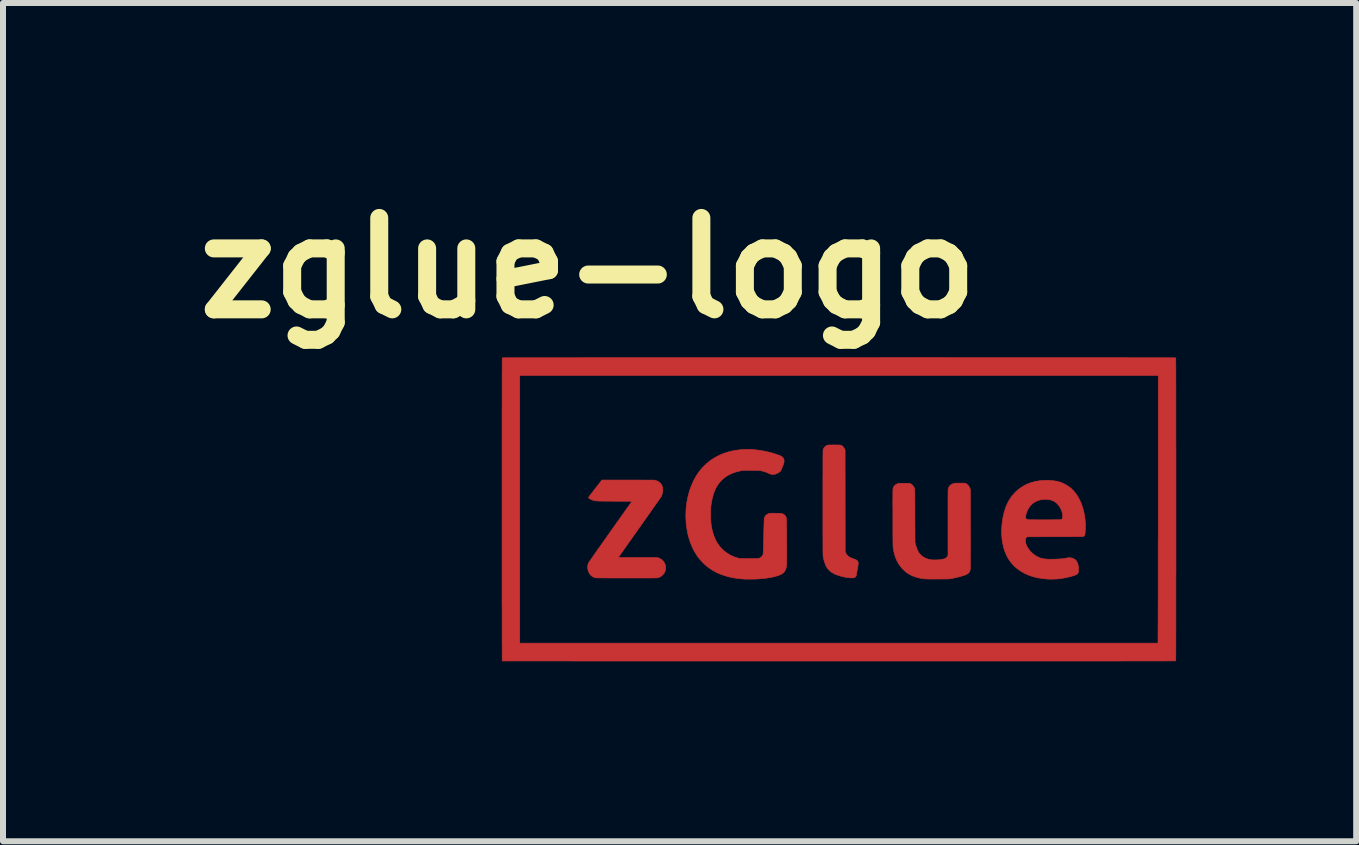
<source format=kicad_pcb>
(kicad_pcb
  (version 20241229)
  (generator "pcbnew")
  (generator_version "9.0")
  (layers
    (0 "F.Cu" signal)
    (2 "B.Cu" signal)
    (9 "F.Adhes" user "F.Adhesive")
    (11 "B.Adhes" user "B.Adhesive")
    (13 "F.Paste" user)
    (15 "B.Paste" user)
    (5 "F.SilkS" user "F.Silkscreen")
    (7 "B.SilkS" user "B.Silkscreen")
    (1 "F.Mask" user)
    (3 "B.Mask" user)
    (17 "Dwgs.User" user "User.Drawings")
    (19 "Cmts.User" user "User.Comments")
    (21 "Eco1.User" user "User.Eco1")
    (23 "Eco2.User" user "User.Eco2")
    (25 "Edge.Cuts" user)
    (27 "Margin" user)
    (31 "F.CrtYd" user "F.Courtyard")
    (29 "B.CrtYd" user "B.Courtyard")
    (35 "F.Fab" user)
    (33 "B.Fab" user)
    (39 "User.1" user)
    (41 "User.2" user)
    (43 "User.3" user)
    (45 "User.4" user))
  (footprint "zglue-logo"
    (layer "F.Cu")
    (at 10.936 5.438)
    (property "Reference" "zglue-logo" (at -4.18 -4.02 0) (layer "F.SilkS") (effects (font (size 1.524 1.524) (thickness 0.3))))
    (attr through_hole)
    (fp_poly (pts (xy -0.053 -1.07) (xy -0.032 -1.069) (xy -0.016 -1.069) (xy -0.002 -1.069) (xy 0.008 -1.069) (xy 0.016 -1.068) (xy 0.022 -1.068) (xy 0.027 -1.067) (xy 0.031 -1.066) (xy 0.034 -1.065) (xy 0.036 -1.064) (xy 0.046 -1.06) (xy 0.055 -1.054) (xy 0.059 -1.051) (xy 0.068 -1.042) (xy 0.078 -1.03) (xy 0.087 -1.017) (xy 0.095 -1.003) (xy 0.097 -0.998) (xy 0.103 -0.984) (xy 0.105 0.707) (xy 0.111 0.721) (xy 0.117 0.737) (xy 0.124 0.75) (xy 0.132 0.761) (xy 0.142 0.772) (xy 0.146 0.776) (xy 0.157 0.786) (xy 0.17 0.795) (xy 0.183 0.804) (xy 0.2 0.812) (xy 0.22 0.82) (xy 0.242 0.828) (xy 0.262 0.836) (xy 0.278 0.842) (xy 0.29 0.848) (xy 0.3 0.854) (xy 0.307 0.861) (xy 0.312 0.868) (xy 0.313 0.87) (xy 0.316 0.875) (xy 0.319 0.88) (xy 0.321 0.886) (xy 0.321 0.893) (xy 0.322 0.901) (xy 0.321 0.911) (xy 0.32 0.924) (xy 0.318 0.941) (xy 0.315 0.96) (xy 0.311 0.984) (xy 0.308 1.003) (xy 0.304 1.025) (xy 0.3 1.046) (xy 0.297 1.064) (xy 0.294 1.081) (xy 0.292 1.094) (xy 0.29 1.104) (xy 0.288 1.109) (xy 0.283 1.121) (xy 0.275 1.131) (xy 0.264 1.138) (xy 0.249 1.143) (xy 0.231 1.146) (xy 0.208 1.146) (xy 0.187 1.145) (xy 0.151 1.142) (xy 0.113 1.136) (xy 0.074 1.128) (xy 0.035 1.118) (xy -0.002 1.107) (xy -0.037 1.095) (xy -0.069 1.082) (xy -0.082 1.075) (xy -0.117 1.055) (xy -0.147 1.033) (xy -0.173 1.009) (xy -0.189 0.99) (xy -0.202 0.97) (xy -0.215 0.947) (xy -0.226 0.919) (xy -0.237 0.89) (xy -0.247 0.858) (xy -0.255 0.825) (xy -0.262 0.792) (xy -0.263 0.786) (xy -0.263 0.783) (xy -0.263 0.78) (xy -0.264 0.775) (xy -0.264 0.77) (xy -0.264 0.764) (xy -0.265 0.756) (xy -0.265 0.747) (xy -0.265 0.737) (xy -0.265 0.724) (xy -0.265 0.71) (xy -0.266 0.693) (xy -0.266 0.674) (xy -0.266 0.653) (xy -0.266 0.629) (xy -0.266 0.602) (xy -0.266 0.573) (xy -0.266 0.54) (xy -0.266 0.505) (xy -0.266 0.465) (xy -0.267 0.423) (xy -0.267 0.376) (xy -0.267 0.326) (xy -0.267 0.272) (xy -0.267 0.213) (xy -0.267 0.15) (xy -0.267 0.083) (xy -0.267 0.011) (xy -0.267 -0.066) (xy -0.267 -0.11) (xy -0.267 -0.196) (xy -0.267 -0.276) (xy -0.267 -0.352) (xy -0.267 -0.424) (xy -0.267 -0.49) (xy -0.266 -0.552) (xy -0.266 -0.61) (xy -0.266 -0.662) (xy -0.266 -0.711) (xy -0.266 -0.755) (xy -0.266 -0.796) (xy -0.266 -0.832) (xy -0.266 -0.864) (xy -0.266 -0.892) (xy -0.265 -0.917) (xy -0.265 -0.937) (xy -0.265 -0.954) (xy -0.265 -0.968) (xy -0.264 -0.978) (xy -0.264 -0.985) (xy -0.264 -0.989) (xy -0.264 -0.989) (xy -0.256 -1.01) (xy -0.243 -1.029) (xy -0.227 -1.045) (xy -0.209 -1.058) (xy -0.194 -1.065) (xy -0.19 -1.066) (xy -0.186 -1.067) (xy -0.181 -1.068) (xy -0.175 -1.068) (xy -0.167 -1.069) (xy -0.156 -1.069) (xy -0.143 -1.069) (xy -0.126 -1.069) (xy -0.105 -1.07) (xy -0.08 -1.07) (xy -0.079 -1.07) (xy -0.053 -1.07)) (stroke (width 0.01) (type solid)) (fill yes) (layer "F.Cu"))
    (fp_poly (pts (xy -3.513 -0.485) (xy -3.077 -0.484) (xy -3.057 -0.478) (xy -3.028 -0.468) (xy -3.003 -0.455) (xy -2.982 -0.438) (xy -2.965 -0.419) (xy -2.954 -0.4) (xy -2.945 -0.381) (xy -2.94 -0.361) (xy -2.937 -0.34) (xy -2.937 -0.317) (xy -2.937 -0.312) (xy -2.941 -0.278) (xy -2.949 -0.243) (xy -2.957 -0.22) (xy -2.959 -0.216) (xy -2.963 -0.21) (xy -2.969 -0.2) (xy -2.978 -0.188) (xy -2.989 -0.172) (xy -3.002 -0.153) (xy -3.018 -0.13) (xy -3.036 -0.104) (xy -3.057 -0.074) (xy -3.08 -0.041) (xy -3.106 -0.005) (xy -3.134 0.036) (xy -3.165 0.08) (xy -3.199 0.128) (xy -3.236 0.18) (xy -3.276 0.236) (xy -3.318 0.297) (xy -3.321 0.3) (xy -3.353 0.345) (xy -3.384 0.39) (xy -3.415 0.433) (xy -3.444 0.474) (xy -3.472 0.514) (xy -3.5 0.552) (xy -3.525 0.589) (xy -3.549 0.623) (xy -3.572 0.655) (xy -3.592 0.684) (xy -3.611 0.71) (xy -3.628 0.734) (xy -3.642 0.755) (xy -3.654 0.772) (xy -3.664 0.786) (xy -3.671 0.796) (xy -3.676 0.803) (xy -3.678 0.806) (xy -3.678 0.806) (xy -3.675 0.806) (xy -3.668 0.806) (xy -3.656 0.807) (xy -3.64 0.807) (xy -3.621 0.807) (xy -3.597 0.807) (xy -3.571 0.807) (xy -3.541 0.807) (xy -3.509 0.807) (xy -3.474 0.808) (xy -3.437 0.808) (xy -3.399 0.808) (xy -3.359 0.808) (xy -3.353 0.808) (xy -3.028 0.808) (xy -3.008 0.814) (xy -2.981 0.825) (xy -2.957 0.84) (xy -2.935 0.859) (xy -2.918 0.881) (xy -2.904 0.905) (xy -2.894 0.932) (xy -2.889 0.961) (xy -2.889 0.969) (xy -2.889 0.999) (xy -2.894 1.026) (xy -2.904 1.051) (xy -2.918 1.074) (xy -2.938 1.097) (xy -2.939 1.097) (xy -2.958 1.115) (xy -2.977 1.128) (xy -2.998 1.137) (xy -3.017 1.143) (xy -3.019 1.144) (xy -3.021 1.144) (xy -3.024 1.145) (xy -3.028 1.145) (xy -3.032 1.146) (xy -3.037 1.146) (xy -3.044 1.146) (xy -3.051 1.147) (xy -3.061 1.147) (xy -3.072 1.147) (xy -3.086 1.147) (xy -3.101 1.147) (xy -3.12 1.148) (xy -3.141 1.148) (xy -3.165 1.148) (xy -3.192 1.148) (xy -3.222 1.148) (xy -3.256 1.148) (xy -3.294 1.148) (xy -3.336 1.148) (xy -3.382 1.148) (xy -3.433 1.148) (xy -3.488 1.148) (xy -3.539 1.148) (xy -3.6 1.148) (xy -3.656 1.148) (xy -3.708 1.148) (xy -3.754 1.148) (xy -3.797 1.148) (xy -3.835 1.148) (xy -3.87 1.147) (xy -3.901 1.147) (xy -3.929 1.147) (xy -3.953 1.147) (xy -3.974 1.147) (xy -3.992 1.147) (xy -4.008 1.146) (xy -4.021 1.146) (xy -4.032 1.146) (xy -4.041 1.146) (xy -4.048 1.145) (xy -4.053 1.145) (xy -4.057 1.145) (xy -4.059 1.144) (xy -4.085 1.136) (xy -4.108 1.124) (xy -4.13 1.107) (xy -4.148 1.088) (xy -4.163 1.065) (xy -4.175 1.04) (xy -4.184 1.012) (xy -4.188 0.983) (xy -4.188 0.969) (xy -4.187 0.943) (xy -4.182 0.92) (xy -4.173 0.896) (xy -4.172 0.896) (xy -4.17 0.891) (xy -4.164 0.883) (xy -4.156 0.87) (xy -4.145 0.854) (xy -4.13 0.833) (xy -4.113 0.809) (xy -4.093 0.78) (xy -4.071 0.747) (xy -4.045 0.711) (xy -4.017 0.67) (xy -3.985 0.626) (xy -3.951 0.578) (xy -3.915 0.526) (xy -3.875 0.47) (xy -3.833 0.411) (xy -3.807 0.373) (xy -3.449 -0.131) (xy -3.737 -0.132) (xy -3.784 -0.133) (xy -3.826 -0.133) (xy -3.863 -0.133) (xy -3.896 -0.133) (xy -3.926 -0.134) (xy -3.952 -0.134) (xy -3.974 -0.134) (xy -3.994 -0.135) (xy -4.011 -0.135) (xy -4.025 -0.136) (xy -4.038 -0.137) (xy -4.049 -0.138) (xy -4.058 -0.139) (xy -4.067 -0.14) (xy -4.074 -0.142) (xy -4.081 -0.143) (xy -4.087 -0.145) (xy -4.094 -0.147) (xy -4.101 -0.15) (xy -4.103 -0.15) (xy -4.116 -0.155) (xy -4.13 -0.161) (xy -4.143 -0.168) (xy -4.155 -0.175) (xy -4.165 -0.182) (xy -4.172 -0.187) (xy -4.176 -0.192) (xy -4.176 -0.193) (xy -4.174 -0.195) (xy -4.17 -0.201) (xy -4.163 -0.21) (xy -4.154 -0.223) (xy -4.143 -0.237) (xy -4.13 -0.254) (xy -4.116 -0.272) (xy -4.101 -0.291) (xy -4.086 -0.312) (xy -4.07 -0.333) (xy -4.054 -0.353) (xy -4.038 -0.374) (xy -4.022 -0.394) (xy -4.007 -0.413) (xy -3.994 -0.43) (xy -3.982 -0.446) (xy -3.971 -0.459) (xy -3.963 -0.47) (xy -3.957 -0.477) (xy -3.955 -0.479) (xy -3.95 -0.485) (xy -3.513 -0.485)) (stroke (width 0.01) (type solid)) (fill yes) (layer "F.Cu"))
    (fp_poly (pts (xy 3.516 -0.478) (xy 3.555 -0.475) (xy 3.591 -0.471) (xy 3.623 -0.466) (xy 3.652 -0.46) (xy 3.68 -0.452) (xy 3.707 -0.443) (xy 3.735 -0.431) (xy 3.738 -0.43) (xy 3.782 -0.408) (xy 3.823 -0.382) (xy 3.862 -0.353) (xy 3.888 -0.329) (xy 3.923 -0.292) (xy 3.955 -0.252) (xy 3.984 -0.207) (xy 4.01 -0.16) (xy 4.034 -0.109) (xy 4.054 -0.055) (xy 4.072 0.002) (xy 4.086 0.06) (xy 4.097 0.121) (xy 4.105 0.183) (xy 4.109 0.246) (xy 4.109 0.311) (xy 4.106 0.376) (xy 4.106 0.376) (xy 4.105 0.392) (xy 4.104 0.405) (xy 4.102 0.414) (xy 4.1 0.422) (xy 4.098 0.428) (xy 4.096 0.432) (xy 4.091 0.442) (xy 4.086 0.448) (xy 4.079 0.453) (xy 4.079 0.453) (xy 4.068 0.458) (xy 3.137 0.461) (xy 3.129 0.469) (xy 3.12 0.479) (xy 3.114 0.491) (xy 3.111 0.505) (xy 3.11 0.518) (xy 3.11 0.545) (xy 3.116 0.572) (xy 3.126 0.601) (xy 3.139 0.63) (xy 3.157 0.658) (xy 3.178 0.686) (xy 3.202 0.713) (xy 3.229 0.739) (xy 3.239 0.747) (xy 3.266 0.768) (xy 3.293 0.785) (xy 3.321 0.8) (xy 3.349 0.812) (xy 3.379 0.821) (xy 3.411 0.828) (xy 3.445 0.832) (xy 3.484 0.835) (xy 3.526 0.836) (xy 3.552 0.835) (xy 3.578 0.835) (xy 3.606 0.834) (xy 3.633 0.833) (xy 3.659 0.832) (xy 3.684 0.83) (xy 3.707 0.829) (xy 3.728 0.827) (xy 3.746 0.825) (xy 3.76 0.823) (xy 3.77 0.821) (xy 3.773 0.82) (xy 3.781 0.818) (xy 3.792 0.816) (xy 3.806 0.814) (xy 3.82 0.812) (xy 3.833 0.811) (xy 3.843 0.81) (xy 3.87 0.813) (xy 3.895 0.819) (xy 3.918 0.829) (xy 3.939 0.843) (xy 3.948 0.852) (xy 3.96 0.866) (xy 3.97 0.881) (xy 3.978 0.9) (xy 3.985 0.922) (xy 3.987 0.928) (xy 3.989 0.938) (xy 3.991 0.947) (xy 3.992 0.957) (xy 3.993 0.968) (xy 3.994 0.981) (xy 3.994 0.998) (xy 3.994 1.001) (xy 3.994 1.048) (xy 3.987 1.063) (xy 3.979 1.076) (xy 3.969 1.085) (xy 3.969 1.086) (xy 3.959 1.092) (xy 3.944 1.098) (xy 3.926 1.105) (xy 3.904 1.112) (xy 3.88 1.119) (xy 3.853 1.126) (xy 3.825 1.133) (xy 3.796 1.14) (xy 3.767 1.146) (xy 3.737 1.151) (xy 3.709 1.156) (xy 3.682 1.16) (xy 3.657 1.162) (xy 3.634 1.164) (xy 3.627 1.165) (xy 3.599 1.165) (xy 3.576 1.166) (xy 3.556 1.167) (xy 3.539 1.167) (xy 3.524 1.167) (xy 3.511 1.167) (xy 3.498 1.166) (xy 3.485 1.166) (xy 3.481 1.166) (xy 3.409 1.159) (xy 3.34 1.149) (xy 3.275 1.136) (xy 3.212 1.118) (xy 3.153 1.096) (xy 3.096 1.071) (xy 3.043 1.041) (xy 2.994 1.008) (xy 2.957 0.979) (xy 2.915 0.941) (xy 2.878 0.9) (xy 2.844 0.855) (xy 2.814 0.807) (xy 2.788 0.755) (xy 2.766 0.701) (xy 2.747 0.643) (xy 2.733 0.581) (xy 2.722 0.517) (xy 2.716 0.456) (xy 2.713 0.393) (xy 2.714 0.329) (xy 2.718 0.264) (xy 2.726 0.199) (xy 2.736 0.135) (xy 2.737 0.131) (xy 3.112 0.131) (xy 3.114 0.145) (xy 3.118 0.157) (xy 3.127 0.166) (xy 3.137 0.173) (xy 3.138 0.173) (xy 3.14 0.174) (xy 3.143 0.175) (xy 3.146 0.175) (xy 3.151 0.176) (xy 3.157 0.176) (xy 3.164 0.176) (xy 3.174 0.177) (xy 3.186 0.177) (xy 3.201 0.177) (xy 3.219 0.177) (xy 3.24 0.177) (xy 3.265 0.178) (xy 3.293 0.178) (xy 3.326 0.178) (xy 3.363 0.178) (xy 3.405 0.178) (xy 3.416 0.178) (xy 3.463 0.178) (xy 3.505 0.178) (xy 3.542 0.178) (xy 3.575 0.177) (xy 3.603 0.177) (xy 3.628 0.177) (xy 3.648 0.177) (xy 3.665 0.177) (xy 3.678 0.176) (xy 3.688 0.176) (xy 3.694 0.175) (xy 3.698 0.175) (xy 3.71 0.171) (xy 3.718 0.166) (xy 3.725 0.158) (xy 3.727 0.154) (xy 3.73 0.143) (xy 3.732 0.129) (xy 3.732 0.112) (xy 3.731 0.093) (xy 3.727 0.074) (xy 3.725 0.065) (xy 3.714 0.028) (xy 3.699 -0.007) (xy 3.681 -0.039) (xy 3.66 -0.068) (xy 3.637 -0.094) (xy 3.612 -0.115) (xy 3.609 -0.117) (xy 3.582 -0.133) (xy 3.553 -0.146) (xy 3.52 -0.156) (xy 3.486 -0.161) (xy 3.451 -0.164) (xy 3.415 -0.163) (xy 3.379 -0.158) (xy 3.343 -0.151) (xy 3.309 -0.139) (xy 3.277 -0.125) (xy 3.247 -0.107) (xy 3.244 -0.105) (xy 3.219 -0.084) (xy 3.195 -0.059) (xy 3.173 -0.031) (xy 3.154 0.000039) (xy 3.138 0.033) (xy 3.125 0.066) (xy 3.116 0.1) (xy 3.114 0.113) (xy 3.112 0.131) (xy 2.737 0.131) (xy 2.75 0.073) (xy 2.767 0.014) (xy 2.784 -0.037) (xy 2.807 -0.091) (xy 2.834 -0.142) (xy 2.865 -0.191) (xy 2.9 -0.237) (xy 2.939 -0.279) (xy 2.98 -0.317) (xy 3.025 -0.352) (xy 3.052 -0.37) (xy 3.101 -0.399) (xy 3.153 -0.423) (xy 3.208 -0.443) (xy 3.265 -0.458) (xy 3.325 -0.47) (xy 3.387 -0.477) (xy 3.45 -0.48) (xy 3.516 -0.478)) (stroke (width 0.01) (type solid)) (fill yes) (layer "F.Cu"))
    (fp_poly (pts (xy 2.116 -0.426) (xy 2.134 -0.416) (xy 2.15 -0.401) (xy 2.165 -0.384) (xy 2.177 -0.364) (xy 2.185 -0.346) (xy 2.191 -0.329) (xy 2.191 0.328) (xy 2.192 0.391) (xy 2.192 0.453) (xy 2.192 0.512) (xy 2.192 0.569) (xy 2.192 0.623) (xy 2.192 0.674) (xy 2.191 0.723) (xy 2.191 0.768) (xy 2.191 0.809) (xy 2.191 0.847) (xy 2.191 0.882) (xy 2.191 0.912) (xy 2.191 0.939) (xy 2.191 0.961) (xy 2.19 0.979) (xy 2.19 0.992) (xy 2.19 1) (xy 2.19 1.004) (xy 2.185 1.026) (xy 2.177 1.045) (xy 2.165 1.062) (xy 2.148 1.076) (xy 2.127 1.089) (xy 2.108 1.097) (xy 2.093 1.102) (xy 2.074 1.108) (xy 2.052 1.115) (xy 2.027 1.122) (xy 2.001 1.129) (xy 1.974 1.136) (xy 1.947 1.142) (xy 1.921 1.148) (xy 1.897 1.153) (xy 1.876 1.157) (xy 1.866 1.159) (xy 1.859 1.16) (xy 1.853 1.161) (xy 1.847 1.161) (xy 1.84 1.162) (xy 1.832 1.163) (xy 1.822 1.163) (xy 1.811 1.164) (xy 1.798 1.164) (xy 1.782 1.164) (xy 1.763 1.164) (xy 1.74 1.164) (xy 1.714 1.165) (xy 1.684 1.165) (xy 1.649 1.165) (xy 1.645 1.165) (xy 1.605 1.165) (xy 1.571 1.165) (xy 1.541 1.165) (xy 1.515 1.165) (xy 1.493 1.165) (xy 1.474 1.164) (xy 1.459 1.164) (xy 1.446 1.163) (xy 1.436 1.163) (xy 1.428 1.162) (xy 1.426 1.162) (xy 1.368 1.154) (xy 1.314 1.142) (xy 1.263 1.126) (xy 1.216 1.108) (xy 1.172 1.085) (xy 1.133 1.059) (xy 1.123 1.052) (xy 1.084 1.019) (xy 1.049 0.982) (xy 1.017 0.942) (xy 0.988 0.899) (xy 0.964 0.852) (xy 0.943 0.803) (xy 0.926 0.75) (xy 0.915 0.701) (xy 0.913 0.693) (xy 0.911 0.685) (xy 0.91 0.678) (xy 0.909 0.672) (xy 0.908 0.665) (xy 0.907 0.658) (xy 0.906 0.651) (xy 0.905 0.642) (xy 0.904 0.633) (xy 0.903 0.623) (xy 0.903 0.612) (xy 0.902 0.598) (xy 0.902 0.583) (xy 0.902 0.566) (xy 0.901 0.546) (xy 0.901 0.524) (xy 0.901 0.499) (xy 0.901 0.471) (xy 0.9 0.44) (xy 0.9 0.405) (xy 0.9 0.366) (xy 0.9 0.323) (xy 0.9 0.276) (xy 0.9 0.224) (xy 0.9 0.168) (xy 0.9 0.146) (xy 0.9 0.085) (xy 0.9 0.029) (xy 0.9 -0.023) (xy 0.899 -0.07) (xy 0.899 -0.113) (xy 0.899 -0.151) (xy 0.9 -0.185) (xy 0.9 -0.216) (xy 0.9 -0.242) (xy 0.9 -0.265) (xy 0.9 -0.285) (xy 0.9 -0.301) (xy 0.901 -0.315) (xy 0.901 -0.325) (xy 0.901 -0.333) (xy 0.901 -0.338) (xy 0.902 -0.34) (xy 0.909 -0.363) (xy 0.921 -0.383) (xy 0.936 -0.4) (xy 0.955 -0.413) (xy 0.978 -0.424) (xy 0.982 -0.425) (xy 0.987 -0.426) (xy 0.992 -0.428) (xy 0.997 -0.429) (xy 1.003 -0.429) (xy 1.011 -0.43) (xy 1.022 -0.43) (xy 1.035 -0.43) (xy 1.052 -0.43) (xy 1.073 -0.431) (xy 1.086 -0.431) (xy 1.109 -0.431) (xy 1.129 -0.43) (xy 1.144 -0.43) (xy 1.156 -0.43) (xy 1.165 -0.43) (xy 1.172 -0.429) (xy 1.177 -0.428) (xy 1.182 -0.427) (xy 1.186 -0.426) (xy 1.207 -0.416) (xy 1.225 -0.402) (xy 1.24 -0.383) (xy 1.254 -0.361) (xy 1.262 -0.341) (xy 1.262 -0.339) (xy 1.263 -0.336) (xy 1.263 -0.333) (xy 1.264 -0.328) (xy 1.264 -0.322) (xy 1.264 -0.314) (xy 1.265 -0.305) (xy 1.265 -0.293) (xy 1.265 -0.28) (xy 1.266 -0.263) (xy 1.266 -0.244) (xy 1.266 -0.222) (xy 1.266 -0.197) (xy 1.266 -0.169) (xy 1.266 -0.136) (xy 1.267 -0.1) (xy 1.267 -0.06) (xy 1.267 -0.016) (xy 1.267 0.033) (xy 1.267 0.087) (xy 1.267 0.114) (xy 1.269 0.558) (xy 1.277 0.587) (xy 1.283 0.609) (xy 1.29 0.631) (xy 1.298 0.652) (xy 1.305 0.672) (xy 1.312 0.688) (xy 1.315 0.695) (xy 1.327 0.716) (xy 1.339 0.735) (xy 1.354 0.753) (xy 1.361 0.76) (xy 1.386 0.783) (xy 1.415 0.803) (xy 1.447 0.819) (xy 1.482 0.832) (xy 1.522 0.842) (xy 1.532 0.844) (xy 1.544 0.845) (xy 1.56 0.846) (xy 1.58 0.847) (xy 1.601 0.847) (xy 1.623 0.847) (xy 1.644 0.846) (xy 1.664 0.845) (xy 1.682 0.844) (xy 1.693 0.842) (xy 1.721 0.837) (xy 1.745 0.832) (xy 1.764 0.826) (xy 1.779 0.819) (xy 1.79 0.812) (xy 1.794 0.808) (xy 1.799 0.802) (xy 1.805 0.794) (xy 1.81 0.786) (xy 1.819 0.771) (xy 1.819 0.224) (xy 1.819 0.161) (xy 1.819 0.103) (xy 1.819 0.05) (xy 1.819 0.001) (xy 1.819 -0.044) (xy 1.819 -0.084) (xy 1.819 -0.121) (xy 1.819 -0.153) (xy 1.819 -0.183) (xy 1.819 -0.209) (xy 1.819 -0.232) (xy 1.819 -0.252) (xy 1.82 -0.269) (xy 1.82 -0.284) (xy 1.82 -0.297) (xy 1.82 -0.308) (xy 1.821 -0.316) (xy 1.821 -0.323) (xy 1.821 -0.329) (xy 1.822 -0.333) (xy 1.822 -0.337) (xy 1.822 -0.339) (xy 1.823 -0.339) (xy 1.831 -0.362) (xy 1.842 -0.382) (xy 1.857 -0.398) (xy 1.876 -0.412) (xy 1.9 -0.422) (xy 1.914 -0.427) (xy 1.92 -0.429) (xy 1.925 -0.43) (xy 1.931 -0.431) (xy 1.938 -0.432) (xy 1.946 -0.432) (xy 1.956 -0.433) (xy 1.97 -0.433) (xy 1.987 -0.433) (xy 2.008 -0.433) (xy 2.018 -0.433) (xy 2.102 -0.433) (xy 2.116 -0.426)) (stroke (width 0.01) (type solid)) (fill yes) (layer "F.Cu"))
    (fp_poly (pts (xy -1.488 -0.995) (xy -1.412 -0.991) (xy -1.335 -0.982) (xy -1.257 -0.969) (xy -1.178 -0.952) (xy -1.129 -0.94) (xy -1.111 -0.934) (xy -1.091 -0.929) (xy -1.07 -0.922) (xy -1.05 -0.915) (xy -1.03 -0.909) (xy -1.011 -0.902) (xy -0.995 -0.897) (xy -0.982 -0.892) (xy -0.973 -0.888) (xy -0.971 -0.887) (xy -0.957 -0.878) (xy -0.943 -0.867) (xy -0.931 -0.855) (xy -0.923 -0.844) (xy -0.918 -0.832) (xy -0.915 -0.816) (xy -0.914 -0.798) (xy -0.916 -0.781) (xy -0.916 -0.78) (xy -0.917 -0.773) (xy -0.919 -0.767) (xy -0.92 -0.761) (xy -0.922 -0.754) (xy -0.925 -0.747) (xy -0.929 -0.737) (xy -0.934 -0.724) (xy -0.94 -0.708) (xy -0.946 -0.695) (xy -0.953 -0.677) (xy -0.958 -0.664) (xy -0.963 -0.654) (xy -0.967 -0.647) (xy -0.97 -0.641) (xy -0.973 -0.636) (xy -0.977 -0.632) (xy -0.982 -0.627) (xy -0.982 -0.627) (xy -1.004 -0.61) (xy -1.027 -0.596) (xy -1.052 -0.586) (xy -1.071 -0.581) (xy -1.081 -0.58) (xy -1.093 -0.58) (xy -1.106 -0.58) (xy -1.11 -0.58) (xy -1.123 -0.581) (xy -1.133 -0.582) (xy -1.143 -0.585) (xy -1.152 -0.589) (xy -1.175 -0.599) (xy -1.198 -0.609) (xy -1.222 -0.618) (xy -1.244 -0.625) (xy -1.259 -0.63) (xy -1.271 -0.633) (xy -1.282 -0.636) (xy -1.292 -0.638) (xy -1.302 -0.64) (xy -1.312 -0.642) (xy -1.323 -0.643) (xy -1.335 -0.644) (xy -1.35 -0.645) (xy -1.367 -0.646) (xy -1.387 -0.646) (xy -1.411 -0.646) (xy -1.439 -0.647) (xy -1.458 -0.647) (xy -1.586 -0.648) (xy -1.628 -0.641) (xy -1.686 -0.628) (xy -1.741 -0.612) (xy -1.791 -0.593) (xy -1.838 -0.57) (xy -1.881 -0.544) (xy -1.921 -0.514) (xy -1.957 -0.481) (xy -1.99 -0.444) (xy -2.02 -0.404) (xy -2.046 -0.36) (xy -2.054 -0.344) (xy -2.075 -0.298) (xy -2.093 -0.248) (xy -2.108 -0.195) (xy -2.12 -0.139) (xy -2.13 -0.081) (xy -2.137 -0.022) (xy -2.14 0.039) (xy -2.141 0.1) (xy -2.139 0.161) (xy -2.134 0.221) (xy -2.127 0.281) (xy -2.116 0.338) (xy -2.102 0.393) (xy -2.092 0.424) (xy -2.073 0.475) (xy -2.051 0.523) (xy -2.027 0.566) (xy -1.999 0.607) (xy -1.967 0.645) (xy -1.945 0.667) (xy -1.904 0.704) (xy -1.861 0.736) (xy -1.816 0.763) (xy -1.768 0.787) (xy -1.717 0.806) (xy -1.678 0.817) (xy -1.652 0.824) (xy -1.505 0.825) (xy -1.47 0.825) (xy -1.44 0.825) (xy -1.415 0.825) (xy -1.394 0.825) (xy -1.377 0.825) (xy -1.364 0.824) (xy -1.354 0.824) (xy -1.347 0.823) (xy -1.344 0.823) (xy -1.322 0.816) (xy -1.302 0.805) (xy -1.286 0.792) (xy -1.273 0.775) (xy -1.265 0.757) (xy -1.264 0.753) (xy -1.263 0.75) (xy -1.262 0.745) (xy -1.262 0.738) (xy -1.261 0.73) (xy -1.261 0.719) (xy -1.26 0.706) (xy -1.259 0.69) (xy -1.259 0.67) (xy -1.258 0.648) (xy -1.257 0.622) (xy -1.257 0.591) (xy -1.256 0.557) (xy -1.255 0.518) (xy -1.254 0.475) (xy -1.253 0.451) (xy -1.253 0.408) (xy -1.252 0.368) (xy -1.251 0.331) (xy -1.25 0.296) (xy -1.249 0.264) (xy -1.248 0.236) (xy -1.247 0.212) (xy -1.247 0.191) (xy -1.246 0.175) (xy -1.245 0.162) (xy -1.245 0.155) (xy -1.245 0.153) (xy -1.237 0.132) (xy -1.227 0.115) (xy -1.212 0.099) (xy -1.196 0.088) (xy -1.188 0.083) (xy -1.18 0.079) (xy -1.173 0.076) (xy -1.166 0.073) (xy -1.158 0.071) (xy -1.148 0.07) (xy -1.136 0.069) (xy -1.121 0.069) (xy -1.103 0.069) (xy -1.082 0.069) (xy -1.056 0.069) (xy -1.031 0.07) (xy -1.011 0.07) (xy -0.994 0.07) (xy -0.982 0.071) (xy -0.972 0.071) (xy -0.964 0.072) (xy -0.958 0.073) (xy -0.953 0.074) (xy -0.95 0.075) (xy -0.93 0.083) (xy -0.913 0.092) (xy -0.9 0.105) (xy -0.888 0.12) (xy -0.886 0.123) (xy -0.884 0.126) (xy -0.883 0.128) (xy -0.881 0.131) (xy -0.88 0.134) (xy -0.879 0.139) (xy -0.878 0.144) (xy -0.877 0.15) (xy -0.876 0.158) (xy -0.876 0.168) (xy -0.875 0.18) (xy -0.875 0.194) (xy -0.874 0.211) (xy -0.874 0.23) (xy -0.873 0.252) (xy -0.873 0.278) (xy -0.873 0.307) (xy -0.873 0.341) (xy -0.872 0.378) (xy -0.872 0.419) (xy -0.872 0.465) (xy -0.871 0.516) (xy -0.871 0.52) (xy -0.871 0.573) (xy -0.871 0.62) (xy -0.87 0.664) (xy -0.87 0.702) (xy -0.87 0.737) (xy -0.87 0.768) (xy -0.87 0.796) (xy -0.87 0.82) (xy -0.87 0.842) (xy -0.87 0.861) (xy -0.871 0.877) (xy -0.871 0.891) (xy -0.871 0.904) (xy -0.872 0.915) (xy -0.873 0.924) (xy -0.873 0.933) (xy -0.874 0.941) (xy -0.875 0.948) (xy -0.876 0.955) (xy -0.876 0.958) (xy -0.882 0.987) (xy -0.891 1.012) (xy -0.902 1.033) (xy -0.916 1.052) (xy -0.934 1.068) (xy -0.956 1.083) (xy -0.97 1.089) (xy -0.998 1.102) (xy -1.031 1.113) (xy -1.069 1.124) (xy -1.111 1.134) (xy -1.158 1.142) (xy -1.209 1.15) (xy -1.264 1.156) (xy -1.323 1.162) (xy -1.325 1.162) (xy -1.346 1.164) (xy -1.371 1.165) (xy -1.398 1.166) (xy -1.428 1.166) (xy -1.458 1.167) (xy -1.489 1.167) (xy -1.518 1.167) (xy -1.546 1.167) (xy -1.571 1.166) (xy -1.593 1.165) (xy -1.607 1.164) (xy -1.685 1.156) (xy -1.76 1.145) (xy -1.831 1.13) (xy -1.898 1.111) (xy -1.962 1.089) (xy -2.023 1.064) (xy -2.081 1.034) (xy -2.135 1.001) (xy -2.187 0.964) (xy -2.235 0.924) (xy -2.28 0.879) (xy -2.323 0.831) (xy -2.324 0.83) (xy -2.362 0.78) (xy -2.396 0.726) (xy -2.428 0.669) (xy -2.456 0.608) (xy -2.48 0.545) (xy -2.501 0.479) (xy -2.519 0.412) (xy -2.532 0.342) (xy -2.543 0.271) (xy -2.549 0.198) (xy -2.552 0.125) (xy -2.551 0.05) (xy -2.546 -0.024) (xy -2.537 -0.099) (xy -2.524 -0.174) (xy -2.522 -0.183) (xy -2.505 -0.253) (xy -2.485 -0.322) (xy -2.46 -0.388) (xy -2.432 -0.453) (xy -2.401 -0.514) (xy -2.367 -0.571) (xy -2.341 -0.61) (xy -2.303 -0.659) (xy -2.261 -0.706) (xy -2.215 -0.75) (xy -2.167 -0.791) (xy -2.144 -0.809) (xy -2.089 -0.846) (xy -2.032 -0.879) (xy -1.972 -0.908) (xy -1.909 -0.933) (xy -1.844 -0.953) (xy -1.777 -0.97) (xy -1.707 -0.982) (xy -1.636 -0.991) (xy -1.563 -0.995) (xy -1.488 -0.995)) (stroke (width 0.01) (type solid)) (fill yes) (layer "F.Cu"))
    (fp_poly (pts (xy 1.393 -2.529) (xy 1.396 -2.528) (xy 1.396 -2.527) (xy 1.398 -2.527) (xy 1.406 -2.527) (xy 1.418 -2.527) (xy 1.436 -2.527) (xy 1.459 -2.526) (xy 1.486 -2.526) (xy 1.519 -2.526) (xy 1.557 -2.526) (xy 1.6 -2.526) (xy 1.649 -2.526) (xy 1.702 -2.526) (xy 1.76 -2.526) (xy 1.823 -2.526) (xy 1.892 -2.525) (xy 1.965 -2.525) (xy 2.044 -2.525) (xy 2.128 -2.525) (xy 2.216 -2.525) (xy 2.31 -2.525) (xy 2.409 -2.525) (xy 2.513 -2.525) (xy 2.622 -2.525) (xy 2.736 -2.525) (xy 2.855 -2.525) (xy 2.979 -2.525) (xy 3.109 -2.525) (xy 3.243 -2.525) (xy 3.382 -2.525) (xy 3.503 -2.525) (xy 3.633 -2.525) (xy 3.758 -2.525) (xy 3.878 -2.525) (xy 3.993 -2.525) (xy 4.104 -2.525) (xy 4.209 -2.525) (xy 4.311 -2.525) (xy 4.407 -2.525) (xy 4.499 -2.525) (xy 4.587 -2.525) (xy 4.671 -2.525) (xy 4.75 -2.525) (xy 4.826 -2.524) (xy 4.897 -2.524) (xy 4.964 -2.524) (xy 5.028 -2.524) (xy 5.087 -2.524) (xy 5.144 -2.524) (xy 5.196 -2.524) (xy 5.245 -2.524) (xy 5.29 -2.524) (xy 5.332 -2.524) (xy 5.371 -2.524) (xy 5.407 -2.524) (xy 5.439 -2.524) (xy 5.469 -2.523) (xy 5.495 -2.523) (xy 5.519 -2.523) (xy 5.54 -2.523) (xy 5.558 -2.523) (xy 5.573 -2.523) (xy 5.586 -2.523) (xy 5.597 -2.522) (xy 5.605 -2.522) (xy 5.61 -2.522) (xy 5.614 -2.522) (xy 5.615 -2.522) (xy 5.615 -2.522) (xy 5.616 -2.519) (xy 5.616 -2.511) (xy 5.616 -2.499) (xy 5.616 -2.482) (xy 5.616 -2.46) (xy 5.616 -2.434) (xy 5.617 -2.404) (xy 5.617 -2.369) (xy 5.617 -2.33) (xy 5.617 -2.288) (xy 5.617 -2.242) (xy 5.617 -2.192) (xy 5.617 -2.138) (xy 5.617 -2.082) (xy 5.618 -2.022) (xy 5.618 -1.959) (xy 5.618 -1.893) (xy 5.618 -1.824) (xy 5.618 -1.752) (xy 5.618 -1.678) (xy 5.618 -1.601) (xy 5.618 -1.522) (xy 5.618 -1.441) (xy 5.618 -1.358) (xy 5.618 -1.273) (xy 5.618 -1.186) (xy 5.618 -1.097) (xy 5.619 -1.007) (xy 5.619 -0.916) (xy 5.619 -0.823) (xy 5.619 -0.729) (xy 5.619 -0.635) (xy 5.619 -0.539) (xy 5.619 -0.442) (xy 5.619 -0.345) (xy 5.619 -0.248) (xy 5.619 -0.15) (xy 5.619 -0.052) (xy 5.619 0.046) (xy 5.619 0.144) (xy 5.619 0.242) (xy 5.619 0.34) (xy 5.619 0.437) (xy 5.619 0.533) (xy 5.619 0.629) (xy 5.619 0.724) (xy 5.619 0.818) (xy 5.619 0.911) (xy 5.619 1.003) (xy 5.618 1.093) (xy 5.618 1.182) (xy 5.618 1.269) (xy 5.618 1.354) (xy 5.618 1.438) (xy 5.618 1.519) (xy 5.618 1.598) (xy 5.618 1.675) (xy 5.618 1.75) (xy 5.618 1.822) (xy 5.618 1.891) (xy 5.618 1.957) (xy 5.618 2.021) (xy 5.617 2.081) (xy 5.617 2.139) (xy 5.617 2.192) (xy 5.617 2.243) (xy 5.617 2.289) (xy 5.617 2.332) (xy 5.617 2.372) (xy 5.617 2.407) (xy 5.616 2.438) (xy 5.616 2.464) (xy 5.616 2.487) (xy 5.616 2.504) (xy 5.616 2.518) (xy 5.616 2.526) (xy 5.615 2.529) (xy 5.615 2.529) (xy 5.614 2.529) (xy 5.611 2.53) (xy 5.606 2.53) (xy 5.598 2.53) (xy 5.588 2.53) (xy 5.576 2.53) (xy 5.562 2.53) (xy 5.545 2.53) (xy 5.526 2.53) (xy 5.504 2.53) (xy 5.48 2.53) (xy 5.453 2.531) (xy 5.423 2.531) (xy 5.391 2.531) (xy 5.356 2.531) (xy 5.318 2.531) (xy 5.278 2.531) (xy 5.234 2.531) (xy 5.188 2.531) (xy 5.138 2.531) (xy 5.086 2.531) (xy 5.03 2.531) (xy 4.972 2.531) (xy 4.91 2.531) (xy 4.845 2.531) (xy 4.776 2.531) (xy 4.704 2.532) (xy 4.629 2.532) (xy 4.551 2.532) (xy 4.469 2.532) (xy 4.383 2.532) (xy 4.294 2.532) (xy 4.201 2.532) (xy 4.104 2.532) (xy 4.004 2.532) (xy 3.9 2.532) (xy 3.792 2.532) (xy 3.68 2.532) (xy 3.564 2.532) (xy 3.444 2.532) (xy 3.321 2.532) (xy 3.193 2.532) (xy 3.06 2.532) (xy 2.924 2.532) (xy 2.784 2.532) (xy 2.639 2.532) (xy 2.49 2.532) (xy 2.336 2.532) (xy 2.178 2.532) (xy 2.016 2.532) (xy 1.848 2.532) (xy 1.677 2.532) (xy 1.5 2.532) (xy 1.319 2.532) (xy 1.134 2.532) (xy 0.943 2.532) (xy 0.748 2.532) (xy 0.547 2.532) (xy 0.342 2.532) (xy 0.132 2.532) (xy 0.001 2.532) (xy -0.168 2.532) (xy -0.335 2.532) (xy -0.502 2.532) (xy -0.667 2.532) (xy -0.831 2.532) (xy -0.993 2.532) (xy -1.154 2.532) (xy -1.313 2.532) (xy -1.47 2.532) (xy -1.626 2.532) (xy -1.779 2.532) (xy -1.931 2.532) (xy -2.081 2.532) (xy -2.229 2.532) (xy -2.374 2.532) (xy -2.518 2.532) (xy -2.659 2.532) (xy -2.798 2.532) (xy -2.934 2.532) (xy -3.068 2.532) (xy -3.199 2.532) (xy -3.328 2.532) (xy -3.453 2.532) (xy -3.576 2.532) (xy -3.697 2.532) (xy -3.814 2.532) (xy -3.928 2.532) (xy -4.039 2.532) (xy -4.147 2.532) (xy -4.252 2.532) (xy -4.354 2.532) (xy -4.452 2.532) (xy -4.547 2.531) (xy -4.638 2.531) (xy -4.725 2.531) (xy -4.809 2.531) (xy -4.89 2.531) (xy -4.966 2.531) (xy -5.039 2.531) (xy -5.107 2.531) (xy -5.172 2.531) (xy -5.232 2.531) (xy -5.288 2.531) (xy -5.34 2.531) (xy -5.388 2.531) (xy -5.432 2.531) (xy -5.47 2.531) (xy -5.505 2.531) (xy -5.535 2.531) (xy -5.56 2.531) (xy -5.58 2.531) (xy -5.595 2.531) (xy -5.606 2.531) (xy -5.612 2.531) (xy -5.613 2.531) (xy -5.613 2.528) (xy -5.613 2.521) (xy -5.613 2.508) (xy -5.613 2.491) (xy -5.614 2.47) (xy -5.614 2.444) (xy -5.614 2.413) (xy -5.614 2.379) (xy -5.614 2.34) (xy -5.614 2.298) (xy -5.614 2.252) (xy -5.615 2.202) (xy -5.615 2.149) (xy -5.615 2.092) (xy -5.615 2.032) (xy -5.615 1.969) (xy -5.615 1.903) (xy -5.615 1.834) (xy -5.615 1.763) (xy -5.615 1.689) (xy -5.615 1.612) (xy -5.616 1.533) (xy -5.616 1.452) (xy -5.616 1.369) (xy -5.616 1.284) (xy -5.616 1.197) (xy -5.616 1.109) (xy -5.616 1.019) (xy -5.616 0.927) (xy -5.616 0.835) (xy -5.616 0.741) (xy -5.616 0.646) (xy -5.616 0.55) (xy -5.616 0.454) (xy -5.616 0.357) (xy -5.616 0.26) (xy -5.616 0.162) (xy -5.616 0.064) (xy -5.616 -0.034) (xy -5.616 -0.132) (xy -5.616 -0.23) (xy -5.616 -0.328) (xy -5.616 -0.425) (xy -5.616 -0.522) (xy -5.616 -0.617) (xy -5.616 -0.712) (xy -5.616 -0.806) (xy -5.616 -0.899) (xy -5.616 -0.991) (xy -5.616 -1.081) (xy -5.616 -1.17) (xy -5.616 -1.257) (xy -5.616 -1.343) (xy -5.616 -1.426) (xy -5.616 -1.508) (xy -5.616 -1.587) (xy -5.616 -1.664) (xy -5.615 -1.739) (xy -5.615 -1.811) (xy -5.615 -1.88) (xy -5.615 -1.947) (xy -5.615 -2.01) (xy -5.615 -2.071) (xy -5.615 -2.128) (xy -5.615 -2.182) (xy -5.615 -2.228) (xy -5.321 -2.228) (xy -5.321 2.235) (xy 5.32 2.235) (xy 5.322 1.685) (xy 5.322 1.651) (xy 5.322 1.612) (xy 5.322 1.568) (xy 5.323 1.52) (xy 5.323 1.467) (xy 5.323 1.411) (xy 5.323 1.35) (xy 5.323 1.286) (xy 5.323 1.219) (xy 5.323 1.148) (xy 5.323 1.074) (xy 5.323 0.997) (xy 5.323 0.917) (xy 5.323 0.835) (xy 5.323 0.75) (xy 5.323 0.664) (xy 5.323 0.575) (xy 5.324 0.485) (xy 5.324 0.393) (xy 5.324 0.299) (xy 5.324 0.205) (xy 5.324 0.11) (xy 5.324 0.014) (xy 5.324 -0.083) (xy 5.324 -0.18) (xy 5.324 -0.277) (xy 5.324 -0.374) (xy 5.324 -0.471) (xy 5.324 -0.547) (xy 5.324 -2.228) (xy -5.321 -2.228) (xy -5.615 -2.228) (xy -5.615 -2.233) (xy -5.614 -2.28) (xy -5.614 -2.323) (xy -5.614 -2.362) (xy -5.614 -2.397) (xy -5.614 -2.429) (xy -5.614 -2.456) (xy -5.614 -2.478) (xy -5.613 -2.496) (xy -5.613 -2.509) (xy -5.613 -2.518) (xy -5.613 -2.522) (xy -5.613 -2.522) (xy -5.612 -2.522) (xy -5.608 -2.522) (xy -5.603 -2.522) (xy -5.595 -2.522) (xy -5.585 -2.522) (xy -5.573 -2.523) (xy -5.558 -2.523) (xy -5.541 -2.523) (xy -5.521 -2.523) (xy -5.499 -2.523) (xy -5.473 -2.523) (xy -5.446 -2.523) (xy -5.415 -2.523) (xy -5.381 -2.523) (xy -5.345 -2.523) (xy -5.305 -2.524) (xy -5.263 -2.524) (xy -5.217 -2.524) (xy -5.168 -2.524) (xy -5.116 -2.524) (xy -5.061 -2.524) (xy -5.002 -2.524) (xy -4.94 -2.524) (xy -4.874 -2.524) (xy -4.805 -2.524) (xy -4.732 -2.524) (xy -4.655 -2.524) (xy -4.575 -2.524) (xy -4.491 -2.524) (xy -4.403 -2.524) (xy -4.311 -2.524) (xy -4.215 -2.525) (xy -4.114 -2.525) (xy -4.01 -2.525) (xy -3.902 -2.525) (xy -3.789 -2.525) (xy -3.672 -2.525) (xy -3.55 -2.525) (xy -3.424 -2.525) (xy -3.294 -2.525) (xy -3.159 -2.525) (xy -3.019 -2.525) (xy -2.875 -2.525) (xy -2.726 -2.525) (xy -2.572 -2.525) (xy -2.413 -2.525) (xy -2.249 -2.525) (xy -2.116 -2.525) (xy -1.931 -2.525) (xy -1.75 -2.525) (xy -1.575 -2.525) (xy -1.404 -2.525) (xy -1.239 -2.525) (xy -1.078 -2.525) (xy -0.923 -2.525) (xy -0.773 -2.525) (xy -0.628 -2.525) (xy -0.488 -2.525) (xy -0.353 -2.525) (xy -0.223 -2.525) (xy -0.098 -2.525) (xy 0.022 -2.525) (xy 0.137 -2.525) (xy 0.246 -2.525) (xy 0.351 -2.525) (xy 0.45 -2.525) (xy 0.545 -2.525) (xy 0.634 -2.525) (xy 0.718 -2.526) (xy 0.797 -2.526) (xy 0.871 -2.526) (xy 0.94 -2.526) (xy 1.004 -2.526) (xy 1.063 -2.526) (xy 1.117 -2.526) (xy 1.166 -2.526) (xy 1.209 -2.526) (xy 1.248 -2.526) (xy 1.281 -2.527) (xy 1.31 -2.527) (xy 1.333 -2.527) (xy 1.351 -2.527) (xy 1.364 -2.527) (xy 1.372 -2.527) (xy 1.375 -2.527) (xy 1.375 -2.527) (xy 1.377 -2.529) (xy 1.382 -2.53) (xy 1.386 -2.53) (xy 1.393 -2.529)) (stroke (width 0.01) (type solid)) (fill yes) (layer "F.Cu"))
    (fp_poly (pts (xy -0.053 -1.07) (xy -0.032 -1.069) (xy -0.016 -1.069) (xy -0.002 -1.069) (xy 0.008 -1.069) (xy 0.016 -1.068) (xy 0.022 -1.068) (xy 0.027 -1.067) (xy 0.031 -1.066) (xy 0.034 -1.065) (xy 0.036 -1.064) (xy 0.046 -1.06) (xy 0.055 -1.054) (xy 0.059 -1.051) (xy 0.068 -1.042) (xy 0.078 -1.03) (xy 0.087 -1.017) (xy 0.095 -1.003) (xy 0.097 -0.998) (xy 0.103 -0.984) (xy 0.105 0.707) (xy 0.111 0.721) (xy 0.117 0.737) (xy 0.124 0.75) (xy 0.132 0.761) (xy 0.142 0.772) (xy 0.146 0.776) (xy 0.157 0.786) (xy 0.17 0.795) (xy 0.183 0.804) (xy 0.2 0.812) (xy 0.22 0.82) (xy 0.242 0.828) (xy 0.262 0.836) (xy 0.278 0.842) (xy 0.29 0.848) (xy 0.3 0.854) (xy 0.307 0.861) (xy 0.312 0.868) (xy 0.313 0.87) (xy 0.316 0.875) (xy 0.319 0.88) (xy 0.321 0.886) (xy 0.321 0.893) (xy 0.322 0.901) (xy 0.321 0.911) (xy 0.32 0.924) (xy 0.318 0.941) (xy 0.315 0.96) (xy 0.311 0.984) (xy 0.308 1.003) (xy 0.304 1.025) (xy 0.3 1.046) (xy 0.297 1.064) (xy 0.294 1.081) (xy 0.292 1.094) (xy 0.29 1.104) (xy 0.288 1.109) (xy 0.283 1.121) (xy 0.275 1.131) (xy 0.264 1.138) (xy 0.249 1.143) (xy 0.231 1.146) (xy 0.208 1.146) (xy 0.187 1.145) (xy 0.151 1.142) (xy 0.113 1.136) (xy 0.074 1.128) (xy 0.035 1.118) (xy -0.002 1.107) (xy -0.037 1.095) (xy -0.069 1.082) (xy -0.082 1.075) (xy -0.117 1.055) (xy -0.147 1.033) (xy -0.173 1.009) (xy -0.189 0.99) (xy -0.202 0.97) (xy -0.215 0.947) (xy -0.226 0.919) (xy -0.237 0.89) (xy -0.247 0.858) (xy -0.255 0.825) (xy -0.262 0.792) (xy -0.263 0.786) (xy -0.263 0.783) (xy -0.263 0.78) (xy -0.264 0.775) (xy -0.264 0.77) (xy -0.264 0.764) (xy -0.265 0.756) (xy -0.265 0.747) (xy -0.265 0.737) (xy -0.265 0.724) (xy -0.265 0.71) (xy -0.266 0.693) (xy -0.266 0.674) (xy -0.266 0.653) (xy -0.266 0.629) (xy -0.266 0.602) (xy -0.266 0.573) (xy -0.266 0.54) (xy -0.266 0.505) (xy -0.266 0.465) (xy -0.267 0.423) (xy -0.267 0.376) (xy -0.267 0.326) (xy -0.267 0.272) (xy -0.267 0.213) (xy -0.267 0.15) (xy -0.267 0.083) (xy -0.267 0.011) (xy -0.267 -0.066) (xy -0.267 -0.11) (xy -0.267 -0.196) (xy -0.267 -0.276) (xy -0.267 -0.352) (xy -0.267 -0.424) (xy -0.267 -0.49) (xy -0.266 -0.552) (xy -0.266 -0.61) (xy -0.266 -0.662) (xy -0.266 -0.711) (xy -0.266 -0.755) (xy -0.266 -0.796) (xy -0.266 -0.832) (xy -0.266 -0.864) (xy -0.266 -0.892) (xy -0.265 -0.917) (xy -0.265 -0.937) (xy -0.265 -0.954) (xy -0.265 -0.968) (xy -0.264 -0.978) (xy -0.264 -0.985) (xy -0.264 -0.989) (xy -0.264 -0.989) (xy -0.256 -1.01) (xy -0.243 -1.029) (xy -0.227 -1.045) (xy -0.209 -1.058) (xy -0.194 -1.065) (xy -0.19 -1.066) (xy -0.186 -1.067) (xy -0.181 -1.068) (xy -0.175 -1.068) (xy -0.167 -1.069) (xy -0.156 -1.069) (xy -0.143 -1.069) (xy -0.126 -1.069) (xy -0.105 -1.07) (xy -0.08 -1.07) (xy -0.079 -1.07) (xy -0.053 -1.07)) (stroke (width 0.01) (type solid)) (fill yes) (layer "F.Mask"))
    (fp_poly (pts (xy -3.513 -0.485) (xy -3.077 -0.484) (xy -3.057 -0.478) (xy -3.028 -0.468) (xy -3.003 -0.455) (xy -2.982 -0.438) (xy -2.965 -0.419) (xy -2.954 -0.4) (xy -2.945 -0.381) (xy -2.94 -0.361) (xy -2.937 -0.34) (xy -2.937 -0.317) (xy -2.937 -0.312) (xy -2.941 -0.278) (xy -2.949 -0.243) (xy -2.957 -0.22) (xy -2.959 -0.216) (xy -2.963 -0.21) (xy -2.969 -0.2) (xy -2.978 -0.188) (xy -2.989 -0.172) (xy -3.002 -0.153) (xy -3.018 -0.13) (xy -3.036 -0.104) (xy -3.057 -0.074) (xy -3.08 -0.041) (xy -3.106 -0.005) (xy -3.134 0.036) (xy -3.165 0.08) (xy -3.199 0.128) (xy -3.236 0.18) (xy -3.276 0.236) (xy -3.318 0.297) (xy -3.321 0.3) (xy -3.353 0.345) (xy -3.384 0.39) (xy -3.415 0.433) (xy -3.444 0.474) (xy -3.472 0.514) (xy -3.5 0.552) (xy -3.525 0.589) (xy -3.549 0.623) (xy -3.572 0.655) (xy -3.592 0.684) (xy -3.611 0.71) (xy -3.628 0.734) (xy -3.642 0.755) (xy -3.654 0.772) (xy -3.664 0.786) (xy -3.671 0.796) (xy -3.676 0.803) (xy -3.678 0.806) (xy -3.678 0.806) (xy -3.675 0.806) (xy -3.668 0.806) (xy -3.656 0.807) (xy -3.64 0.807) (xy -3.621 0.807) (xy -3.597 0.807) (xy -3.571 0.807) (xy -3.541 0.807) (xy -3.509 0.807) (xy -3.474 0.808) (xy -3.437 0.808) (xy -3.399 0.808) (xy -3.359 0.808) (xy -3.353 0.808) (xy -3.028 0.808) (xy -3.008 0.814) (xy -2.981 0.825) (xy -2.957 0.84) (xy -2.935 0.859) (xy -2.918 0.881) (xy -2.904 0.905) (xy -2.894 0.932) (xy -2.889 0.961) (xy -2.889 0.969) (xy -2.889 0.999) (xy -2.894 1.026) (xy -2.904 1.051) (xy -2.918 1.074) (xy -2.938 1.097) (xy -2.939 1.097) (xy -2.958 1.115) (xy -2.977 1.128) (xy -2.998 1.137) (xy -3.017 1.143) (xy -3.019 1.144) (xy -3.021 1.144) (xy -3.024 1.145) (xy -3.028 1.145) (xy -3.032 1.146) (xy -3.037 1.146) (xy -3.044 1.146) (xy -3.051 1.147) (xy -3.061 1.147) (xy -3.072 1.147) (xy -3.086 1.147) (xy -3.101 1.147) (xy -3.12 1.148) (xy -3.141 1.148) (xy -3.165 1.148) (xy -3.192 1.148) (xy -3.222 1.148) (xy -3.256 1.148) (xy -3.294 1.148) (xy -3.336 1.148) (xy -3.382 1.148) (xy -3.433 1.148) (xy -3.488 1.148) (xy -3.539 1.148) (xy -3.6 1.148) (xy -3.656 1.148) (xy -3.708 1.148) (xy -3.754 1.148) (xy -3.797 1.148) (xy -3.835 1.148) (xy -3.87 1.147) (xy -3.901 1.147) (xy -3.929 1.147) (xy -3.953 1.147) (xy -3.974 1.147) (xy -3.992 1.147) (xy -4.008 1.146) (xy -4.021 1.146) (xy -4.032 1.146) (xy -4.041 1.146) (xy -4.048 1.145) (xy -4.053 1.145) (xy -4.057 1.145) (xy -4.059 1.144) (xy -4.085 1.136) (xy -4.108 1.124) (xy -4.13 1.107) (xy -4.148 1.088) (xy -4.163 1.065) (xy -4.175 1.04) (xy -4.184 1.012) (xy -4.188 0.983) (xy -4.188 0.969) (xy -4.187 0.943) (xy -4.182 0.92) (xy -4.173 0.896) (xy -4.172 0.896) (xy -4.17 0.891) (xy -4.164 0.883) (xy -4.156 0.87) (xy -4.145 0.854) (xy -4.13 0.833) (xy -4.113 0.809) (xy -4.093 0.78) (xy -4.071 0.747) (xy -4.045 0.711) (xy -4.017 0.67) (xy -3.985 0.626) (xy -3.951 0.578) (xy -3.915 0.526) (xy -3.875 0.47) (xy -3.833 0.411) (xy -3.807 0.373) (xy -3.449 -0.131) (xy -3.737 -0.132) (xy -3.784 -0.133) (xy -3.826 -0.133) (xy -3.863 -0.133) (xy -3.896 -0.133) (xy -3.926 -0.134) (xy -3.952 -0.134) (xy -3.974 -0.134) (xy -3.994 -0.135) (xy -4.011 -0.135) (xy -4.025 -0.136) (xy -4.038 -0.137) (xy -4.049 -0.138) (xy -4.058 -0.139) (xy -4.067 -0.14) (xy -4.074 -0.142) (xy -4.081 -0.143) (xy -4.087 -0.145) (xy -4.094 -0.147) (xy -4.101 -0.15) (xy -4.103 -0.15) (xy -4.116 -0.155) (xy -4.13 -0.161) (xy -4.143 -0.168) (xy -4.155 -0.175) (xy -4.165 -0.182) (xy -4.172 -0.187) (xy -4.176 -0.192) (xy -4.176 -0.193) (xy -4.174 -0.195) (xy -4.17 -0.201) (xy -4.163 -0.21) (xy -4.154 -0.223) (xy -4.143 -0.237) (xy -4.13 -0.254) (xy -4.116 -0.272) (xy -4.101 -0.291) (xy -4.086 -0.312) (xy -4.07 -0.333) (xy -4.054 -0.353) (xy -4.038 -0.374) (xy -4.022 -0.394) (xy -4.007 -0.413) (xy -3.994 -0.43) (xy -3.982 -0.446) (xy -3.971 -0.459) (xy -3.963 -0.47) (xy -3.957 -0.477) (xy -3.955 -0.479) (xy -3.95 -0.485) (xy -3.513 -0.485)) (stroke (width 0.01) (type solid)) (fill yes) (layer "F.Mask"))
    (fp_poly (pts (xy 3.516 -0.478) (xy 3.555 -0.475) (xy 3.591 -0.471) (xy 3.623 -0.466) (xy 3.652 -0.46) (xy 3.68 -0.452) (xy 3.707 -0.443) (xy 3.735 -0.431) (xy 3.738 -0.43) (xy 3.782 -0.408) (xy 3.823 -0.382) (xy 3.862 -0.353) (xy 3.888 -0.329) (xy 3.923 -0.292) (xy 3.955 -0.252) (xy 3.984 -0.207) (xy 4.01 -0.16) (xy 4.034 -0.109) (xy 4.054 -0.055) (xy 4.072 0.002) (xy 4.086 0.06) (xy 4.097 0.121) (xy 4.105 0.183) (xy 4.109 0.246) (xy 4.109 0.311) (xy 4.106 0.376) (xy 4.106 0.376) (xy 4.105 0.392) (xy 4.104 0.405) (xy 4.102 0.414) (xy 4.1 0.422) (xy 4.098 0.428) (xy 4.096 0.432) (xy 4.091 0.442) (xy 4.086 0.448) (xy 4.079 0.453) (xy 4.079 0.453) (xy 4.068 0.458) (xy 3.137 0.461) (xy 3.129 0.469) (xy 3.12 0.479) (xy 3.114 0.491) (xy 3.111 0.505) (xy 3.11 0.518) (xy 3.11 0.545) (xy 3.116 0.572) (xy 3.126 0.601) (xy 3.139 0.63) (xy 3.157 0.658) (xy 3.178 0.686) (xy 3.202 0.713) (xy 3.229 0.739) (xy 3.239 0.747) (xy 3.266 0.768) (xy 3.293 0.785) (xy 3.321 0.8) (xy 3.349 0.812) (xy 3.379 0.821) (xy 3.411 0.828) (xy 3.445 0.832) (xy 3.484 0.835) (xy 3.526 0.836) (xy 3.552 0.835) (xy 3.578 0.835) (xy 3.606 0.834) (xy 3.633 0.833) (xy 3.659 0.832) (xy 3.684 0.83) (xy 3.707 0.829) (xy 3.728 0.827) (xy 3.746 0.825) (xy 3.76 0.823) (xy 3.77 0.821) (xy 3.773 0.82) (xy 3.781 0.818) (xy 3.792 0.816) (xy 3.806 0.814) (xy 3.82 0.812) (xy 3.833 0.811) (xy 3.843 0.81) (xy 3.87 0.813) (xy 3.895 0.819) (xy 3.918 0.829) (xy 3.939 0.843) (xy 3.948 0.852) (xy 3.96 0.866) (xy 3.97 0.881) (xy 3.978 0.9) (xy 3.985 0.922) (xy 3.987 0.928) (xy 3.989 0.938) (xy 3.991 0.947) (xy 3.992 0.957) (xy 3.993 0.968) (xy 3.994 0.981) (xy 3.994 0.998) (xy 3.994 1.001) (xy 3.994 1.048) (xy 3.987 1.063) (xy 3.979 1.076) (xy 3.969 1.085) (xy 3.969 1.086) (xy 3.959 1.092) (xy 3.944 1.098) (xy 3.926 1.105) (xy 3.904 1.112) (xy 3.88 1.119) (xy 3.853 1.126) (xy 3.825 1.133) (xy 3.796 1.14) (xy 3.767 1.146) (xy 3.737 1.151) (xy 3.709 1.156) (xy 3.682 1.16) (xy 3.657 1.162) (xy 3.634 1.164) (xy 3.627 1.165) (xy 3.599 1.165) (xy 3.576 1.166) (xy 3.556 1.167) (xy 3.539 1.167) (xy 3.524 1.167) (xy 3.511 1.167) (xy 3.498 1.166) (xy 3.485 1.166) (xy 3.481 1.166) (xy 3.409 1.159) (xy 3.34 1.149) (xy 3.275 1.136) (xy 3.212 1.118) (xy 3.153 1.096) (xy 3.096 1.071) (xy 3.043 1.041) (xy 2.994 1.008) (xy 2.957 0.979) (xy 2.915 0.941) (xy 2.878 0.9) (xy 2.844 0.855) (xy 2.814 0.807) (xy 2.788 0.755) (xy 2.766 0.701) (xy 2.747 0.643) (xy 2.733 0.581) (xy 2.722 0.517) (xy 2.716 0.456) (xy 2.713 0.393) (xy 2.714 0.329) (xy 2.718 0.264) (xy 2.726 0.199) (xy 2.736 0.135) (xy 2.737 0.131) (xy 3.112 0.131) (xy 3.114 0.145) (xy 3.118 0.157) (xy 3.127 0.166) (xy 3.137 0.173) (xy 3.138 0.173) (xy 3.14 0.174) (xy 3.143 0.175) (xy 3.146 0.175) (xy 3.151 0.176) (xy 3.157 0.176) (xy 3.164 0.176) (xy 3.174 0.177) (xy 3.186 0.177) (xy 3.201 0.177) (xy 3.219 0.177) (xy 3.24 0.177) (xy 3.265 0.178) (xy 3.293 0.178) (xy 3.326 0.178) (xy 3.363 0.178) (xy 3.405 0.178) (xy 3.416 0.178) (xy 3.463 0.178) (xy 3.505 0.178) (xy 3.542 0.178) (xy 3.575 0.177) (xy 3.603 0.177) (xy 3.628 0.177) (xy 3.648 0.177) (xy 3.665 0.177) (xy 3.678 0.176) (xy 3.688 0.176) (xy 3.694 0.175) (xy 3.698 0.175) (xy 3.71 0.171) (xy 3.718 0.166) (xy 3.725 0.158) (xy 3.727 0.154) (xy 3.73 0.143) (xy 3.732 0.129) (xy 3.732 0.112) (xy 3.731 0.093) (xy 3.727 0.074) (xy 3.725 0.065) (xy 3.714 0.028) (xy 3.699 -0.007) (xy 3.681 -0.039) (xy 3.66 -0.068) (xy 3.637 -0.094) (xy 3.612 -0.115) (xy 3.609 -0.117) (xy 3.582 -0.133) (xy 3.553 -0.146) (xy 3.52 -0.156) (xy 3.486 -0.161) (xy 3.451 -0.164) (xy 3.415 -0.163) (xy 3.379 -0.158) (xy 3.343 -0.151) (xy 3.309 -0.139) (xy 3.277 -0.125) (xy 3.247 -0.107) (xy 3.244 -0.105) (xy 3.219 -0.084) (xy 3.195 -0.059) (xy 3.173 -0.031) (xy 3.154 0.000039) (xy 3.138 0.033) (xy 3.125 0.066) (xy 3.116 0.1) (xy 3.114 0.113) (xy 3.112 0.131) (xy 2.737 0.131) (xy 2.75 0.073) (xy 2.767 0.014) (xy 2.784 -0.037) (xy 2.807 -0.091) (xy 2.834 -0.142) (xy 2.865 -0.191) (xy 2.9 -0.237) (xy 2.939 -0.279) (xy 2.98 -0.317) (xy 3.025 -0.352) (xy 3.052 -0.37) (xy 3.101 -0.399) (xy 3.153 -0.423) (xy 3.208 -0.443) (xy 3.265 -0.458) (xy 3.325 -0.47) (xy 3.387 -0.477) (xy 3.45 -0.48) (xy 3.516 -0.478)) (stroke (width 0.01) (type solid)) (fill yes) (layer "F.Mask"))
    (fp_poly (pts (xy 2.116 -0.426) (xy 2.134 -0.416) (xy 2.15 -0.401) (xy 2.165 -0.384) (xy 2.177 -0.364) (xy 2.185 -0.346) (xy 2.191 -0.329) (xy 2.191 0.328) (xy 2.192 0.391) (xy 2.192 0.453) (xy 2.192 0.512) (xy 2.192 0.569) (xy 2.192 0.623) (xy 2.192 0.674) (xy 2.191 0.723) (xy 2.191 0.768) (xy 2.191 0.809) (xy 2.191 0.847) (xy 2.191 0.882) (xy 2.191 0.912) (xy 2.191 0.939) (xy 2.191 0.961) (xy 2.19 0.979) (xy 2.19 0.992) (xy 2.19 1) (xy 2.19 1.004) (xy 2.185 1.026) (xy 2.177 1.045) (xy 2.165 1.062) (xy 2.148 1.076) (xy 2.127 1.089) (xy 2.108 1.097) (xy 2.093 1.102) (xy 2.074 1.108) (xy 2.052 1.115) (xy 2.027 1.122) (xy 2.001 1.129) (xy 1.974 1.136) (xy 1.947 1.142) (xy 1.921 1.148) (xy 1.897 1.153) (xy 1.876 1.157) (xy 1.866 1.159) (xy 1.859 1.16) (xy 1.853 1.161) (xy 1.847 1.161) (xy 1.84 1.162) (xy 1.832 1.163) (xy 1.822 1.163) (xy 1.811 1.164) (xy 1.798 1.164) (xy 1.782 1.164) (xy 1.763 1.164) (xy 1.74 1.164) (xy 1.714 1.165) (xy 1.684 1.165) (xy 1.649 1.165) (xy 1.645 1.165) (xy 1.605 1.165) (xy 1.571 1.165) (xy 1.541 1.165) (xy 1.515 1.165) (xy 1.493 1.165) (xy 1.474 1.164) (xy 1.459 1.164) (xy 1.446 1.163) (xy 1.436 1.163) (xy 1.428 1.162) (xy 1.426 1.162) (xy 1.368 1.154) (xy 1.314 1.142) (xy 1.263 1.126) (xy 1.216 1.108) (xy 1.172 1.085) (xy 1.133 1.059) (xy 1.123 1.052) (xy 1.084 1.019) (xy 1.049 0.982) (xy 1.017 0.942) (xy 0.988 0.899) (xy 0.964 0.852) (xy 0.943 0.803) (xy 0.926 0.75) (xy 0.915 0.701) (xy 0.913 0.693) (xy 0.911 0.685) (xy 0.91 0.678) (xy 0.909 0.672) (xy 0.908 0.665) (xy 0.907 0.658) (xy 0.906 0.651) (xy 0.905 0.642) (xy 0.904 0.633) (xy 0.903 0.623) (xy 0.903 0.612) (xy 0.902 0.598) (xy 0.902 0.583) (xy 0.902 0.566) (xy 0.901 0.546) (xy 0.901 0.524) (xy 0.901 0.499) (xy 0.901 0.471) (xy 0.9 0.44) (xy 0.9 0.405) (xy 0.9 0.366) (xy 0.9 0.323) (xy 0.9 0.276) (xy 0.9 0.224) (xy 0.9 0.168) (xy 0.9 0.146) (xy 0.9 0.085) (xy 0.9 0.029) (xy 0.9 -0.023) (xy 0.899 -0.07) (xy 0.899 -0.113) (xy 0.899 -0.151) (xy 0.9 -0.185) (xy 0.9 -0.216) (xy 0.9 -0.242) (xy 0.9 -0.265) (xy 0.9 -0.285) (xy 0.9 -0.301) (xy 0.901 -0.315) (xy 0.901 -0.325) (xy 0.901 -0.333) (xy 0.901 -0.338) (xy 0.902 -0.34) (xy 0.909 -0.363) (xy 0.921 -0.383) (xy 0.936 -0.4) (xy 0.955 -0.413) (xy 0.978 -0.424) (xy 0.982 -0.425) (xy 0.987 -0.426) (xy 0.992 -0.428) (xy 0.997 -0.429) (xy 1.003 -0.429) (xy 1.011 -0.43) (xy 1.022 -0.43) (xy 1.035 -0.43) (xy 1.052 -0.43) (xy 1.073 -0.431) (xy 1.086 -0.431) (xy 1.109 -0.431) (xy 1.129 -0.43) (xy 1.144 -0.43) (xy 1.156 -0.43) (xy 1.165 -0.43) (xy 1.172 -0.429) (xy 1.177 -0.428) (xy 1.182 -0.427) (xy 1.186 -0.426) (xy 1.207 -0.416) (xy 1.225 -0.402) (xy 1.24 -0.383) (xy 1.254 -0.361) (xy 1.262 -0.341) (xy 1.262 -0.339) (xy 1.263 -0.336) (xy 1.263 -0.333) (xy 1.264 -0.328) (xy 1.264 -0.322) (xy 1.264 -0.314) (xy 1.265 -0.305) (xy 1.265 -0.293) (xy 1.265 -0.28) (xy 1.266 -0.263) (xy 1.266 -0.244) (xy 1.266 -0.222) (xy 1.266 -0.197) (xy 1.266 -0.169) (xy 1.266 -0.136) (xy 1.267 -0.1) (xy 1.267 -0.06) (xy 1.267 -0.016) (xy 1.267 0.033) (xy 1.267 0.087) (xy 1.267 0.114) (xy 1.269 0.558) (xy 1.277 0.587) (xy 1.283 0.609) (xy 1.29 0.631) (xy 1.298 0.652) (xy 1.305 0.672) (xy 1.312 0.688) (xy 1.315 0.695) (xy 1.327 0.716) (xy 1.339 0.735) (xy 1.354 0.753) (xy 1.361 0.76) (xy 1.386 0.783) (xy 1.415 0.803) (xy 1.447 0.819) (xy 1.482 0.832) (xy 1.522 0.842) (xy 1.532 0.844) (xy 1.544 0.845) (xy 1.56 0.846) (xy 1.58 0.847) (xy 1.601 0.847) (xy 1.623 0.847) (xy 1.644 0.846) (xy 1.664 0.845) (xy 1.682 0.844) (xy 1.693 0.842) (xy 1.721 0.837) (xy 1.745 0.832) (xy 1.764 0.826) (xy 1.779 0.819) (xy 1.79 0.812) (xy 1.794 0.808) (xy 1.799 0.802) (xy 1.805 0.794) (xy 1.81 0.786) (xy 1.819 0.771) (xy 1.819 0.224) (xy 1.819 0.161) (xy 1.819 0.103) (xy 1.819 0.05) (xy 1.819 0.001) (xy 1.819 -0.044) (xy 1.819 -0.084) (xy 1.819 -0.121) (xy 1.819 -0.153) (xy 1.819 -0.183) (xy 1.819 -0.209) (xy 1.819 -0.232) (xy 1.819 -0.252) (xy 1.82 -0.269) (xy 1.82 -0.284) (xy 1.82 -0.297) (xy 1.82 -0.308) (xy 1.821 -0.316) (xy 1.821 -0.323) (xy 1.821 -0.329) (xy 1.822 -0.333) (xy 1.822 -0.337) (xy 1.822 -0.339) (xy 1.823 -0.339) (xy 1.831 -0.362) (xy 1.842 -0.382) (xy 1.857 -0.398) (xy 1.876 -0.412) (xy 1.9 -0.422) (xy 1.914 -0.427) (xy 1.92 -0.429) (xy 1.925 -0.43) (xy 1.931 -0.431) (xy 1.938 -0.432) (xy 1.946 -0.432) (xy 1.956 -0.433) (xy 1.97 -0.433) (xy 1.987 -0.433) (xy 2.008 -0.433) (xy 2.018 -0.433) (xy 2.102 -0.433) (xy 2.116 -0.426)) (stroke (width 0.01) (type solid)) (fill yes) (layer "F.Mask"))
    (fp_poly (pts (xy -1.488 -0.995) (xy -1.412 -0.991) (xy -1.335 -0.982) (xy -1.257 -0.969) (xy -1.178 -0.952) (xy -1.129 -0.94) (xy -1.111 -0.934) (xy -1.091 -0.929) (xy -1.07 -0.922) (xy -1.05 -0.915) (xy -1.03 -0.909) (xy -1.011 -0.902) (xy -0.995 -0.897) (xy -0.982 -0.892) (xy -0.973 -0.888) (xy -0.971 -0.887) (xy -0.957 -0.878) (xy -0.943 -0.867) (xy -0.931 -0.855) (xy -0.923 -0.844) (xy -0.918 -0.832) (xy -0.915 -0.816) (xy -0.914 -0.798) (xy -0.916 -0.781) (xy -0.916 -0.78) (xy -0.917 -0.773) (xy -0.919 -0.767) (xy -0.92 -0.761) (xy -0.922 -0.754) (xy -0.925 -0.747) (xy -0.929 -0.737) (xy -0.934 -0.724) (xy -0.94 -0.708) (xy -0.946 -0.695) (xy -0.953 -0.677) (xy -0.958 -0.664) (xy -0.963 -0.654) (xy -0.967 -0.647) (xy -0.97 -0.641) (xy -0.973 -0.636) (xy -0.977 -0.632) (xy -0.982 -0.627) (xy -0.982 -0.627) (xy -1.004 -0.61) (xy -1.027 -0.596) (xy -1.052 -0.586) (xy -1.071 -0.581) (xy -1.081 -0.58) (xy -1.093 -0.58) (xy -1.106 -0.58) (xy -1.11 -0.58) (xy -1.123 -0.581) (xy -1.133 -0.582) (xy -1.143 -0.585) (xy -1.152 -0.589) (xy -1.175 -0.599) (xy -1.198 -0.609) (xy -1.222 -0.618) (xy -1.244 -0.625) (xy -1.259 -0.63) (xy -1.271 -0.633) (xy -1.282 -0.636) (xy -1.292 -0.638) (xy -1.302 -0.64) (xy -1.312 -0.642) (xy -1.323 -0.643) (xy -1.335 -0.644) (xy -1.35 -0.645) (xy -1.367 -0.646) (xy -1.387 -0.646) (xy -1.411 -0.646) (xy -1.439 -0.647) (xy -1.458 -0.647) (xy -1.586 -0.648) (xy -1.628 -0.641) (xy -1.686 -0.628) (xy -1.741 -0.612) (xy -1.791 -0.593) (xy -1.838 -0.57) (xy -1.881 -0.544) (xy -1.921 -0.514) (xy -1.957 -0.481) (xy -1.99 -0.444) (xy -2.02 -0.404) (xy -2.046 -0.36) (xy -2.054 -0.344) (xy -2.075 -0.298) (xy -2.093 -0.248) (xy -2.108 -0.195) (xy -2.12 -0.139) (xy -2.13 -0.081) (xy -2.137 -0.022) (xy -2.14 0.039) (xy -2.141 0.1) (xy -2.139 0.161) (xy -2.134 0.221) (xy -2.127 0.281) (xy -2.116 0.338) (xy -2.102 0.393) (xy -2.092 0.424) (xy -2.073 0.475) (xy -2.051 0.523) (xy -2.027 0.566) (xy -1.999 0.607) (xy -1.967 0.645) (xy -1.945 0.667) (xy -1.904 0.704) (xy -1.861 0.736) (xy -1.816 0.763) (xy -1.768 0.787) (xy -1.717 0.806) (xy -1.678 0.817) (xy -1.652 0.824) (xy -1.505 0.825) (xy -1.47 0.825) (xy -1.44 0.825) (xy -1.415 0.825) (xy -1.394 0.825) (xy -1.377 0.825) (xy -1.364 0.824) (xy -1.354 0.824) (xy -1.347 0.823) (xy -1.344 0.823) (xy -1.322 0.816) (xy -1.302 0.805) (xy -1.286 0.792) (xy -1.273 0.775) (xy -1.265 0.757) (xy -1.264 0.753) (xy -1.263 0.75) (xy -1.262 0.745) (xy -1.262 0.738) (xy -1.261 0.73) (xy -1.261 0.719) (xy -1.26 0.706) (xy -1.259 0.69) (xy -1.259 0.67) (xy -1.258 0.648) (xy -1.257 0.622) (xy -1.257 0.591) (xy -1.256 0.557) (xy -1.255 0.518) (xy -1.254 0.475) (xy -1.253 0.451) (xy -1.253 0.408) (xy -1.252 0.368) (xy -1.251 0.331) (xy -1.25 0.296) (xy -1.249 0.264) (xy -1.248 0.236) (xy -1.247 0.212) (xy -1.247 0.191) (xy -1.246 0.175) (xy -1.245 0.162) (xy -1.245 0.155) (xy -1.245 0.153) (xy -1.237 0.132) (xy -1.227 0.115) (xy -1.212 0.099) (xy -1.196 0.088) (xy -1.188 0.083) (xy -1.18 0.079) (xy -1.173 0.076) (xy -1.166 0.073) (xy -1.158 0.071) (xy -1.148 0.07) (xy -1.136 0.069) (xy -1.121 0.069) (xy -1.103 0.069) (xy -1.082 0.069) (xy -1.056 0.069) (xy -1.031 0.07) (xy -1.011 0.07) (xy -0.994 0.07) (xy -0.982 0.071) (xy -0.972 0.071) (xy -0.964 0.072) (xy -0.958 0.073) (xy -0.953 0.074) (xy -0.95 0.075) (xy -0.93 0.083) (xy -0.913 0.092) (xy -0.9 0.105) (xy -0.888 0.12) (xy -0.886 0.123) (xy -0.884 0.126) (xy -0.883 0.128) (xy -0.881 0.131) (xy -0.88 0.134) (xy -0.879 0.139) (xy -0.878 0.144) (xy -0.877 0.15) (xy -0.876 0.158) (xy -0.876 0.168) (xy -0.875 0.18) (xy -0.875 0.194) (xy -0.874 0.211) (xy -0.874 0.23) (xy -0.873 0.252) (xy -0.873 0.278) (xy -0.873 0.307) (xy -0.873 0.341) (xy -0.872 0.378) (xy -0.872 0.419) (xy -0.872 0.465) (xy -0.871 0.516) (xy -0.871 0.52) (xy -0.871 0.573) (xy -0.871 0.62) (xy -0.87 0.664) (xy -0.87 0.702) (xy -0.87 0.737) (xy -0.87 0.768) (xy -0.87 0.796) (xy -0.87 0.82) (xy -0.87 0.842) (xy -0.87 0.861) (xy -0.871 0.877) (xy -0.871 0.891) (xy -0.871 0.904) (xy -0.872 0.915) (xy -0.873 0.924) (xy -0.873 0.933) (xy -0.874 0.941) (xy -0.875 0.948) (xy -0.876 0.955) (xy -0.876 0.958) (xy -0.882 0.987) (xy -0.891 1.012) (xy -0.902 1.033) (xy -0.916 1.052) (xy -0.934 1.068) (xy -0.956 1.083) (xy -0.97 1.089) (xy -0.998 1.102) (xy -1.031 1.113) (xy -1.069 1.124) (xy -1.111 1.134) (xy -1.158 1.142) (xy -1.209 1.15) (xy -1.264 1.156) (xy -1.323 1.162) (xy -1.325 1.162) (xy -1.346 1.164) (xy -1.371 1.165) (xy -1.398 1.166) (xy -1.428 1.166) (xy -1.458 1.167) (xy -1.489 1.167) (xy -1.518 1.167) (xy -1.546 1.167) (xy -1.571 1.166) (xy -1.593 1.165) (xy -1.607 1.164) (xy -1.685 1.156) (xy -1.76 1.145) (xy -1.831 1.13) (xy -1.898 1.111) (xy -1.962 1.089) (xy -2.023 1.064) (xy -2.081 1.034) (xy -2.135 1.001) (xy -2.187 0.964) (xy -2.235 0.924) (xy -2.28 0.879) (xy -2.323 0.831) (xy -2.324 0.83) (xy -2.362 0.78) (xy -2.396 0.726) (xy -2.428 0.669) (xy -2.456 0.608) (xy -2.48 0.545) (xy -2.501 0.479) (xy -2.519 0.412) (xy -2.532 0.342) (xy -2.543 0.271) (xy -2.549 0.198) (xy -2.552 0.125) (xy -2.551 0.05) (xy -2.546 -0.024) (xy -2.537 -0.099) (xy -2.524 -0.174) (xy -2.522 -0.183) (xy -2.505 -0.253) (xy -2.485 -0.322) (xy -2.46 -0.388) (xy -2.432 -0.453) (xy -2.401 -0.514) (xy -2.367 -0.571) (xy -2.341 -0.61) (xy -2.303 -0.659) (xy -2.261 -0.706) (xy -2.215 -0.75) (xy -2.167 -0.791) (xy -2.144 -0.809) (xy -2.089 -0.846) (xy -2.032 -0.879) (xy -1.972 -0.908) (xy -1.909 -0.933) (xy -1.844 -0.953) (xy -1.777 -0.97) (xy -1.707 -0.982) (xy -1.636 -0.991) (xy -1.563 -0.995) (xy -1.488 -0.995)) (stroke (width 0.01) (type solid)) (fill yes) (layer "F.Mask"))
    (fp_poly (pts (xy 1.393 -2.529) (xy 1.396 -2.528) (xy 1.396 -2.527) (xy 1.398 -2.527) (xy 1.406 -2.527) (xy 1.418 -2.527) (xy 1.436 -2.527) (xy 1.459 -2.526) (xy 1.486 -2.526) (xy 1.519 -2.526) (xy 1.557 -2.526) (xy 1.6 -2.526) (xy 1.649 -2.526) (xy 1.702 -2.526) (xy 1.76 -2.526) (xy 1.823 -2.526) (xy 1.892 -2.525) (xy 1.965 -2.525) (xy 2.044 -2.525) (xy 2.128 -2.525) (xy 2.216 -2.525) (xy 2.31 -2.525) (xy 2.409 -2.525) (xy 2.513 -2.525) (xy 2.622 -2.525) (xy 2.736 -2.525) (xy 2.855 -2.525) (xy 2.979 -2.525) (xy 3.109 -2.525) (xy 3.243 -2.525) (xy 3.382 -2.525) (xy 3.503 -2.525) (xy 3.633 -2.525) (xy 3.758 -2.525) (xy 3.878 -2.525) (xy 3.993 -2.525) (xy 4.104 -2.525) (xy 4.209 -2.525) (xy 4.311 -2.525) (xy 4.407 -2.525) (xy 4.499 -2.525) (xy 4.587 -2.525) (xy 4.671 -2.525) (xy 4.75 -2.525) (xy 4.826 -2.524) (xy 4.897 -2.524) (xy 4.964 -2.524) (xy 5.028 -2.524) (xy 5.087 -2.524) (xy 5.144 -2.524) (xy 5.196 -2.524) (xy 5.245 -2.524) (xy 5.29 -2.524) (xy 5.332 -2.524) (xy 5.371 -2.524) (xy 5.407 -2.524) (xy 5.439 -2.524) (xy 5.469 -2.523) (xy 5.495 -2.523) (xy 5.519 -2.523) (xy 5.54 -2.523) (xy 5.558 -2.523) (xy 5.573 -2.523) (xy 5.586 -2.523) (xy 5.597 -2.522) (xy 5.605 -2.522) (xy 5.61 -2.522) (xy 5.614 -2.522) (xy 5.615 -2.522) (xy 5.615 -2.522) (xy 5.616 -2.519) (xy 5.616 -2.511) (xy 5.616 -2.499) (xy 5.616 -2.482) (xy 5.616 -2.46) (xy 5.616 -2.434) (xy 5.617 -2.404) (xy 5.617 -2.369) (xy 5.617 -2.33) (xy 5.617 -2.288) (xy 5.617 -2.242) (xy 5.617 -2.192) (xy 5.617 -2.138) (xy 5.617 -2.082) (xy 5.618 -2.022) (xy 5.618 -1.959) (xy 5.618 -1.893) (xy 5.618 -1.824) (xy 5.618 -1.752) (xy 5.618 -1.678) (xy 5.618 -1.601) (xy 5.618 -1.522) (xy 5.618 -1.441) (xy 5.618 -1.358) (xy 5.618 -1.273) (xy 5.618 -1.186) (xy 5.618 -1.097) (xy 5.619 -1.007) (xy 5.619 -0.916) (xy 5.619 -0.823) (xy 5.619 -0.729) (xy 5.619 -0.635) (xy 5.619 -0.539) (xy 5.619 -0.442) (xy 5.619 -0.345) (xy 5.619 -0.248) (xy 5.619 -0.15) (xy 5.619 -0.052) (xy 5.619 0.046) (xy 5.619 0.144) (xy 5.619 0.242) (xy 5.619 0.34) (xy 5.619 0.437) (xy 5.619 0.533) (xy 5.619 0.629) (xy 5.619 0.724) (xy 5.619 0.818) (xy 5.619 0.911) (xy 5.619 1.003) (xy 5.618 1.093) (xy 5.618 1.182) (xy 5.618 1.269) (xy 5.618 1.354) (xy 5.618 1.438) (xy 5.618 1.519) (xy 5.618 1.598) (xy 5.618 1.675) (xy 5.618 1.75) (xy 5.618 1.822) (xy 5.618 1.891) (xy 5.618 1.957) (xy 5.618 2.021) (xy 5.617 2.081) (xy 5.617 2.139) (xy 5.617 2.192) (xy 5.617 2.243) (xy 5.617 2.289) (xy 5.617 2.332) (xy 5.617 2.372) (xy 5.617 2.407) (xy 5.616 2.438) (xy 5.616 2.464) (xy 5.616 2.487) (xy 5.616 2.504) (xy 5.616 2.518) (xy 5.616 2.526) (xy 5.615 2.529) (xy 5.615 2.529) (xy 5.614 2.529) (xy 5.611 2.53) (xy 5.606 2.53) (xy 5.598 2.53) (xy 5.588 2.53) (xy 5.576 2.53) (xy 5.562 2.53) (xy 5.545 2.53) (xy 5.526 2.53) (xy 5.504 2.53) (xy 5.48 2.53) (xy 5.453 2.531) (xy 5.423 2.531) (xy 5.391 2.531) (xy 5.356 2.531) (xy 5.318 2.531) (xy 5.278 2.531) (xy 5.234 2.531) (xy 5.188 2.531) (xy 5.138 2.531) (xy 5.086 2.531) (xy 5.03 2.531) (xy 4.972 2.531) (xy 4.91 2.531) (xy 4.845 2.531) (xy 4.776 2.531) (xy 4.704 2.532) (xy 4.629 2.532) (xy 4.551 2.532) (xy 4.469 2.532) (xy 4.383 2.532) (xy 4.294 2.532) (xy 4.201 2.532) (xy 4.104 2.532) (xy 4.004 2.532) (xy 3.9 2.532) (xy 3.792 2.532) (xy 3.68 2.532) (xy 3.564 2.532) (xy 3.444 2.532) (xy 3.321 2.532) (xy 3.193 2.532) (xy 3.06 2.532) (xy 2.924 2.532) (xy 2.784 2.532) (xy 2.639 2.532) (xy 2.49 2.532) (xy 2.336 2.532) (xy 2.178 2.532) (xy 2.016 2.532) (xy 1.848 2.532) (xy 1.677 2.532) (xy 1.5 2.532) (xy 1.319 2.532) (xy 1.134 2.532) (xy 0.943 2.532) (xy 0.748 2.532) (xy 0.547 2.532) (xy 0.342 2.532) (xy 0.132 2.532) (xy 0.001 2.532) (xy -0.168 2.532) (xy -0.335 2.532) (xy -0.502 2.532) (xy -0.667 2.532) (xy -0.831 2.532) (xy -0.993 2.532) (xy -1.154 2.532) (xy -1.313 2.532) (xy -1.47 2.532) (xy -1.626 2.532) (xy -1.779 2.532) (xy -1.931 2.532) (xy -2.081 2.532) (xy -2.229 2.532) (xy -2.374 2.532) (xy -2.518 2.532) (xy -2.659 2.532) (xy -2.798 2.532) (xy -2.934 2.532) (xy -3.068 2.532) (xy -3.199 2.532) (xy -3.328 2.532) (xy -3.453 2.532) (xy -3.576 2.532) (xy -3.697 2.532) (xy -3.814 2.532) (xy -3.928 2.532) (xy -4.039 2.532) (xy -4.147 2.532) (xy -4.252 2.532) (xy -4.354 2.532) (xy -4.452 2.532) (xy -4.547 2.531) (xy -4.638 2.531) (xy -4.725 2.531) (xy -4.809 2.531) (xy -4.89 2.531) (xy -4.966 2.531) (xy -5.039 2.531) (xy -5.107 2.531) (xy -5.172 2.531) (xy -5.232 2.531) (xy -5.288 2.531) (xy -5.34 2.531) (xy -5.388 2.531) (xy -5.432 2.531) (xy -5.47 2.531) (xy -5.505 2.531) (xy -5.535 2.531) (xy -5.56 2.531) (xy -5.58 2.531) (xy -5.595 2.531) (xy -5.606 2.531) (xy -5.612 2.531) (xy -5.613 2.531) (xy -5.613 2.528) (xy -5.613 2.521) (xy -5.613 2.508) (xy -5.613 2.491) (xy -5.614 2.47) (xy -5.614 2.444) (xy -5.614 2.413) (xy -5.614 2.379) (xy -5.614 2.34) (xy -5.614 2.298) (xy -5.614 2.252) (xy -5.615 2.202) (xy -5.615 2.149) (xy -5.615 2.092) (xy -5.615 2.032) (xy -5.615 1.969) (xy -5.615 1.903) (xy -5.615 1.834) (xy -5.615 1.763) (xy -5.615 1.689) (xy -5.615 1.612) (xy -5.616 1.533) (xy -5.616 1.452) (xy -5.616 1.369) (xy -5.616 1.284) (xy -5.616 1.197) (xy -5.616 1.109) (xy -5.616 1.019) (xy -5.616 0.927) (xy -5.616 0.835) (xy -5.616 0.741) (xy -5.616 0.646) (xy -5.616 0.55) (xy -5.616 0.454) (xy -5.616 0.357) (xy -5.616 0.26) (xy -5.616 0.162) (xy -5.616 0.064) (xy -5.616 -0.034) (xy -5.616 -0.132) (xy -5.616 -0.23) (xy -5.616 -0.328) (xy -5.616 -0.425) (xy -5.616 -0.522) (xy -5.616 -0.617) (xy -5.616 -0.712) (xy -5.616 -0.806) (xy -5.616 -0.899) (xy -5.616 -0.991) (xy -5.616 -1.081) (xy -5.616 -1.17) (xy -5.616 -1.257) (xy -5.616 -1.343) (xy -5.616 -1.426) (xy -5.616 -1.508) (xy -5.616 -1.587) (xy -5.616 -1.664) (xy -5.615 -1.739) (xy -5.615 -1.811) (xy -5.615 -1.88) (xy -5.615 -1.947) (xy -5.615 -2.01) (xy -5.615 -2.071) (xy -5.615 -2.128) (xy -5.615 -2.182) (xy -5.615 -2.228) (xy -5.321 -2.228) (xy -5.321 2.235) (xy 5.32 2.235) (xy 5.322 1.685) (xy 5.322 1.651) (xy 5.322 1.612) (xy 5.322 1.568) (xy 5.323 1.52) (xy 5.323 1.467) (xy 5.323 1.411) (xy 5.323 1.35) (xy 5.323 1.286) (xy 5.323 1.219) (xy 5.323 1.148) (xy 5.323 1.074) (xy 5.323 0.997) (xy 5.323 0.917) (xy 5.323 0.835) (xy 5.323 0.75) (xy 5.323 0.664) (xy 5.323 0.575) (xy 5.324 0.485) (xy 5.324 0.393) (xy 5.324 0.299) (xy 5.324 0.205) (xy 5.324 0.11) (xy 5.324 0.014) (xy 5.324 -0.083) (xy 5.324 -0.18) (xy 5.324 -0.277) (xy 5.324 -0.374) (xy 5.324 -0.471) (xy 5.324 -0.547) (xy 5.324 -2.228) (xy -5.321 -2.228) (xy -5.615 -2.228) (xy -5.615 -2.233) (xy -5.614 -2.28) (xy -5.614 -2.323) (xy -5.614 -2.362) (xy -5.614 -2.397) (xy -5.614 -2.429) (xy -5.614 -2.456) (xy -5.614 -2.478) (xy -5.613 -2.496) (xy -5.613 -2.509) (xy -5.613 -2.518) (xy -5.613 -2.522) (xy -5.613 -2.522) (xy -5.612 -2.522) (xy -5.608 -2.522) (xy -5.603 -2.522) (xy -5.595 -2.522) (xy -5.585 -2.522) (xy -5.573 -2.523) (xy -5.558 -2.523) (xy -5.541 -2.523) (xy -5.521 -2.523) (xy -5.499 -2.523) (xy -5.473 -2.523) (xy -5.446 -2.523) (xy -5.415 -2.523) (xy -5.381 -2.523) (xy -5.345 -2.523) (xy -5.305 -2.524) (xy -5.263 -2.524) (xy -5.217 -2.524) (xy -5.168 -2.524) (xy -5.116 -2.524) (xy -5.061 -2.524) (xy -5.002 -2.524) (xy -4.94 -2.524) (xy -4.874 -2.524) (xy -4.805 -2.524) (xy -4.732 -2.524) (xy -4.655 -2.524) (xy -4.575 -2.524) (xy -4.491 -2.524) (xy -4.403 -2.524) (xy -4.311 -2.524) (xy -4.215 -2.525) (xy -4.114 -2.525) (xy -4.01 -2.525) (xy -3.902 -2.525) (xy -3.789 -2.525) (xy -3.672 -2.525) (xy -3.55 -2.525) (xy -3.424 -2.525) (xy -3.294 -2.525) (xy -3.159 -2.525) (xy -3.019 -2.525) (xy -2.875 -2.525) (xy -2.726 -2.525) (xy -2.572 -2.525) (xy -2.413 -2.525) (xy -2.249 -2.525) (xy -2.116 -2.525) (xy -1.931 -2.525) (xy -1.75 -2.525) (xy -1.575 -2.525) (xy -1.404 -2.525) (xy -1.239 -2.525) (xy -1.078 -2.525) (xy -0.923 -2.525) (xy -0.773 -2.525) (xy -0.628 -2.525) (xy -0.488 -2.525) (xy -0.353 -2.525) (xy -0.223 -2.525) (xy -0.098 -2.525) (xy 0.022 -2.525) (xy 0.137 -2.525) (xy 0.246 -2.525) (xy 0.351 -2.525) (xy 0.45 -2.525) (xy 0.545 -2.525) (xy 0.634 -2.525) (xy 0.718 -2.526) (xy 0.797 -2.526) (xy 0.871 -2.526) (xy 0.94 -2.526) (xy 1.004 -2.526) (xy 1.063 -2.526) (xy 1.117 -2.526) (xy 1.166 -2.526) (xy 1.209 -2.526) (xy 1.248 -2.526) (xy 1.281 -2.527) (xy 1.31 -2.527) (xy 1.333 -2.527) (xy 1.351 -2.527) (xy 1.364 -2.527) (xy 1.372 -2.527) (xy 1.375 -2.527) (xy 1.375 -2.527) (xy 1.377 -2.529) (xy 1.382 -2.53) (xy 1.386 -2.53) (xy 1.393 -2.529)) (stroke (width 0.01) (type solid)) (fill yes) (layer "F.Mask")))
  (gr_rect
    (start -3 -3)
    (end 19.56 10.975)
    (stroke (width 0.1) (type default))
    (fill no)
    (layer "Edge.Cuts")))
</source>
